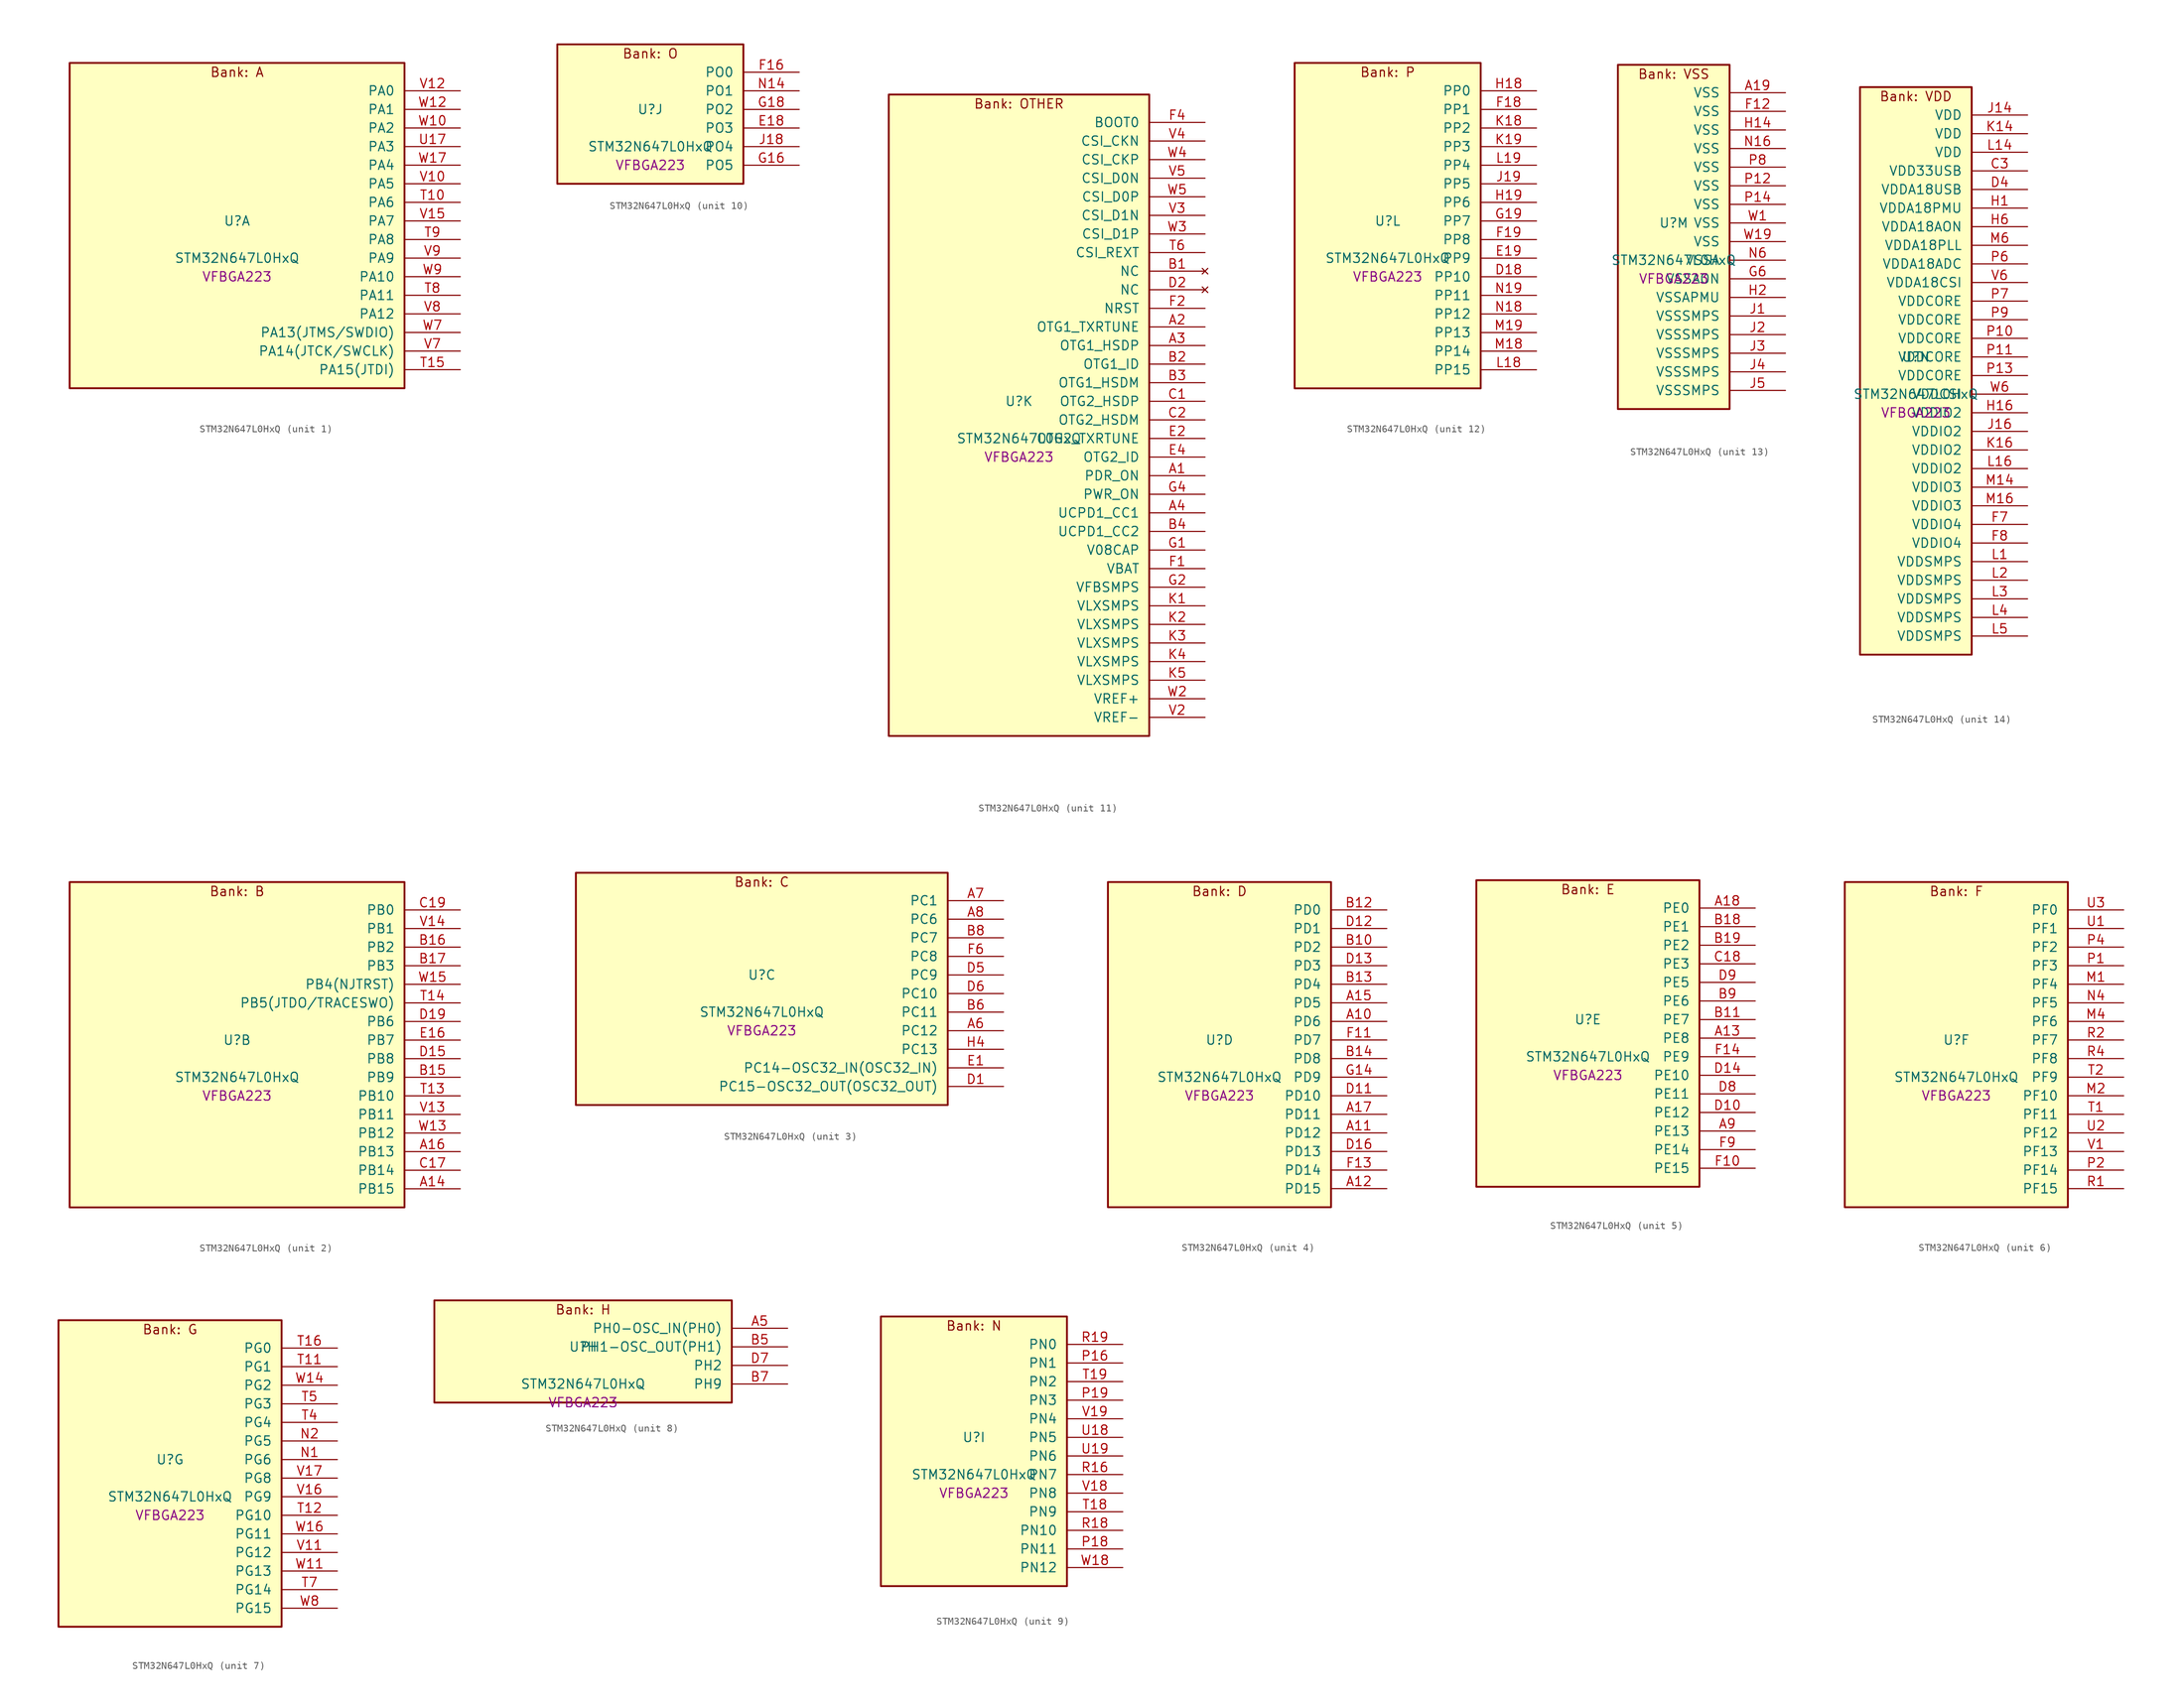
<source format=kicad_sym>
(kicad_symbol_lib
  (version 20241209)
  (generator "stm32_pkl_generator")
  (generator_version "1.0")
  (symbol "STM32N647L0HxQ"
    (pin_names
      (offset 1.27))
    (property "Reference" "U"
      (at 0 2.54 0))
    (property "Value" "STM32N647L0HxQ"
      (at 0 -2.54 0))
    (property "Footprint" "VFBGA223"
      (at 0 -5.08 0))
    (symbol "STM32N647L0HxQ_1_1"
      (rectangle (start -22.86 24.13) (end 22.86 -20.32) (stroke (width 0.254) (type solid)) (fill (type background)))
      (text "Bank: A" (at 0 22.86 0))
      (pin bidirectional line (at 30.48 20.32 180) (length 7.62) (name "PA0") (number "V12") (alternate "PA0/ADC1_INN1" bidirectional line) (alternate "PA0/ADC1_INP0" bidirectional line) (alternate "PA0/ADC2_INN1" bidirectional line) (alternate "PA0/ADC2_INP0" bidirectional line) (alternate "PA0/FMC_D7" bidirectional line) (alternate "PA0/FMC_DA7" bidirectional line) (alternate "PA0/HDP_HDP0" bidirectional line) (alternate "PA0/I2S6_WS" bidirectional line) (alternate "PA0/LTDC_G3" bidirectional line) (alternate "PA0/PWR_WKUP1" bidirectional line) (alternate "PA0/SAI2_SD_B" bidirectional line) (alternate "PA0/SDMMC2_CMD" bidirectional line) (alternate "PA0/SPI6_NSS" bidirectional line) (alternate "PA0/TIM15_BKIN" bidirectional line) (alternate "PA0/TIM2_CH1" bidirectional line) (alternate "PA0/TIM5_CH1" bidirectional line) (alternate "PA0/TIM9_CH1" bidirectional line) (alternate "PA0/UART4_TX" bidirectional line) (alternate "PA0/USART2_CTS" bidirectional line) (alternate "PA0/USART2_NSS" bidirectional line))
      (pin bidirectional line (at 30.48 17.78 180) (length 7.62) (name "PA1") (number "W12") (alternate "PA1/ADC1_INP1" bidirectional line) (alternate "PA1/ADC2_INP1" bidirectional line) (alternate "PA1/DCMIPP_D0" bidirectional line) (alternate "PA1/DCMI_D0" bidirectional line) (alternate "PA1/FMC_D6" bidirectional line) (alternate "PA1/FMC_DA6" bidirectional line) (alternate "PA1/HDP_HDP1" bidirectional line) (alternate "PA1/LPTIM3_IN1" bidirectional line) (alternate "PA1/LTDC_G2" bidirectional line) (alternate "PA1/PSSI_D0" bidirectional line) (alternate "PA1/SAI2_MCLK_B" bidirectional line) (alternate "PA1/TIM15_CH1N" bidirectional line) (alternate "PA1/TIM2_CH2" bidirectional line) (alternate "PA1/TIM5_CH2" bidirectional line) (alternate "PA1/UART4_RX" bidirectional line) (alternate "PA1/USART2_RTS" bidirectional line))
      (pin bidirectional line (at 30.48 15.24 180) (length 7.62) (name "PA2") (number "W10") (alternate "PA2/ADC1_INP14" bidirectional line) (alternate "PA2/ADC2_INP14" bidirectional line) (alternate "PA2/FMC_D5" bidirectional line) (alternate "PA2/FMC_DA5" bidirectional line) (alternate "PA2/HDP_HDP2" bidirectional line) (alternate "PA2/LPTIM3_IN2" bidirectional line) (alternate "PA2/LTDC_B7" bidirectional line) (alternate "PA2/MDIOS_MDIO" bidirectional line) (alternate "PA2/PWR_WKUP2" bidirectional line) (alternate "PA2/SAI2_SCK_B" bidirectional line) (alternate "PA2/TIM15_CH1" bidirectional line) (alternate "PA2/TIM2_CH3" bidirectional line) (alternate "PA2/TIM5_CH3" bidirectional line) (alternate "PA2/USART2_TX" bidirectional line))
      (pin bidirectional line (at 30.48 12.7 180) (length 7.62) (name "PA3") (number "U17") (alternate "PA3/FMC_A17" bidirectional line) (alternate "PA3/FMC_ALE" bidirectional line) (alternate "PA3/SAI1_SD_B" bidirectional line) (alternate "PA3/SPI5_NSS" bidirectional line) (alternate "PA3/TIM16_CH1" bidirectional line) (alternate "PA3/UART7_RX" bidirectional line))
      (pin bidirectional line (at 30.48 10.16 180) (length 7.62) (name "PA4") (number "W17") (alternate "PA4/DCMIPP_D3" bidirectional line) (alternate "PA4/DCMI_D3" bidirectional line) (alternate "PA4/FMC_A13" bidirectional line) (alternate "PA4/PSSI_D3" bidirectional line) (alternate "PA4/SPI5_MOSI" bidirectional line) (alternate "PA4/USART6_RX" bidirectional line))
      (pin bidirectional line (at 30.48 7.62 180) (length 7.62) (name "PA5") (number "V10") (alternate "PA5/ADC2_INP18" bidirectional line) (alternate "PA5/DCMIPP_D8" bidirectional line) (alternate "PA5/DCMI_D8" bidirectional line) (alternate "PA5/FMC_NOE" bidirectional line) (alternate "PA5/HDP_HDP5" bidirectional line) (alternate "PA5/I2S1_CK" bidirectional line) (alternate "PA5/I2S6_CK" bidirectional line) (alternate "PA5/I3C1_SCL" bidirectional line) (alternate "PA5/LTDC_CLK" bidirectional line) (alternate "PA5/PSSI_D8" bidirectional line) (alternate "PA5/PWR_CSTOP" bidirectional line) (alternate "PA5/SPI1_SCK" bidirectional line) (alternate "PA5/SPI6_SCK" bidirectional line) (alternate "PA5/TIM10_CH1" bidirectional line) (alternate "PA5/TIM2_CH1" bidirectional line) (alternate "PA5/TIM2_ETR" bidirectional line) (alternate "PA5/TIM9_CH2" bidirectional line))
      (pin bidirectional line (at 30.48 5.08 180) (length 7.62) (name "PA6") (number "T10") (alternate "PA6/ADC1_INP3" bidirectional line) (alternate "PA6/ADC2_INP3" bidirectional line) (alternate "PA6/BOOT1" bidirectional line) (alternate "PA6/DCMIPP_PIXCLK" bidirectional line) (alternate "PA6/DCMI_PIXCLK" bidirectional line) (alternate "PA6/HDP_HDP6" bidirectional line) (alternate "PA6/I2S1_SDI" bidirectional line) (alternate "PA6/I2S6_SDI" bidirectional line) (alternate "PA6/I3C1_SDA" bidirectional line) (alternate "PA6/LPTIM3_ETR" bidirectional line) (alternate "PA6/LTDC_B7" bidirectional line) (alternate "PA6/LTDC_HSYNC" bidirectional line) (alternate "PA6/MDIOS_MDC" bidirectional line) (alternate "PA6/PSSI_PDCK" bidirectional line) (alternate "PA6/SPI1_MISO" bidirectional line) (alternate "PA6/SPI6_MISO" bidirectional line) (alternate "PA6/TIM13_CH1" bidirectional line) (alternate "PA6/TIM1_BKIN" bidirectional line) (alternate "PA6/TIM3_CH1" bidirectional line))
      (pin bidirectional line (at 30.48 2.54 180) (length 7.62) (name "PA7") (number "V15") (alternate "PA7/HDP_HDP7" bidirectional line) (alternate "PA7/I2S1_SDO" bidirectional line) (alternate "PA7/I2S6_SDO" bidirectional line) (alternate "PA7/LTDC_B1" bidirectional line) (alternate "PA7/LTDC_R4" bidirectional line) (alternate "PA7/SPI1_MOSI" bidirectional line) (alternate "PA7/SPI6_MOSI" bidirectional line) (alternate "PA7/TIM14_CH1" bidirectional line) (alternate "PA7/TIM1_CH1N" bidirectional line) (alternate "PA7/TIM3_CH2" bidirectional line) (alternate "PA7/USART1_RX" bidirectional line))
      (pin bidirectional line (at 30.48 0 180) (length 7.62) (name "PA8") (number "T9") (alternate "PA8/ADC1_INP5" bidirectional line) (alternate "PA8/ADC2_INP5" bidirectional line) (alternate "PA8/FMC_D4" bidirectional line) (alternate "PA8/FMC_DA4" bidirectional line) (alternate "PA8/HDP_HDP0" bidirectional line) (alternate "PA8/I2C3_SCL" bidirectional line) (alternate "PA8/I3C2_SCL" bidirectional line) (alternate "PA8/LTDC_B6" bidirectional line) (alternate "PA8/RCC_MCO_1" bidirectional line) (alternate "PA8/TIM11_CH1" bidirectional line) (alternate "PA8/TIM1_CH1" bidirectional line) (alternate "PA8/UART7_RX" bidirectional line) (alternate "PA8/USART1_CK" bidirectional line))
      (pin bidirectional line (at 30.48 -2.54 180) (length 7.62) (name "PA9") (number "V9") (alternate "PA9/ADC1_INP10" bidirectional line) (alternate "PA9/ADC2_INP10" bidirectional line) (alternate "PA9/DCMIPP_D0" bidirectional line) (alternate "PA9/DCMI_D0" bidirectional line) (alternate "PA9/FMC_D3" bidirectional line) (alternate "PA9/FMC_DA3" bidirectional line) (alternate "PA9/HDP_HDP1" bidirectional line) (alternate "PA9/I2C3_SDA" bidirectional line) (alternate "PA9/I2S2_CK" bidirectional line) (alternate "PA9/I3C2_SDA" bidirectional line) (alternate "PA9/LPUART1_TX" bidirectional line) (alternate "PA9/LTDC_B5" bidirectional line) (alternate "PA9/PSSI_D0" bidirectional line) (alternate "PA9/SPI2_SCK" bidirectional line) (alternate "PA9/TIM1_CH2" bidirectional line) (alternate "PA9/USART1_TX" bidirectional line))
      (pin bidirectional line (at 30.48 -5.08 180) (length 7.62) (name "PA10") (number "W9") (alternate "PA10/ADC1_INN10" bidirectional line) (alternate "PA10/ADC1_INP11" bidirectional line) (alternate "PA10/ADC2_INN10" bidirectional line) (alternate "PA10/ADC2_INP11" bidirectional line) (alternate "PA10/DCMIPP_D1" bidirectional line) (alternate "PA10/DCMI_D1" bidirectional line) (alternate "PA10/FMC_D2" bidirectional line) (alternate "PA10/FMC_DA2" bidirectional line) (alternate "PA10/HDP_HDP2" bidirectional line) (alternate "PA10/LPUART1_RX" bidirectional line) (alternate "PA10/LTDC_B4" bidirectional line) (alternate "PA10/MDIOS_MDIO" bidirectional line) (alternate "PA10/PSSI_D1" bidirectional line) (alternate "PA10/PWR_CSLEEP" bidirectional line) (alternate "PA10/TIM1_CH3" bidirectional line) (alternate "PA10/USART1_RX" bidirectional line))
      (pin bidirectional line (at 30.48 -7.62 180) (length 7.62) (name "PA11") (number "T8") (alternate "PA11/ADC1_EXTI11" bidirectional line) (alternate "PA11/ADC1_INN11" bidirectional line) (alternate "PA11/ADC1_INP12" bidirectional line) (alternate "PA11/ADC2_EXTI11" bidirectional line) (alternate "PA11/ADC2_INN11" bidirectional line) (alternate "PA11/ADC2_INP12" bidirectional line) (alternate "PA11/FDCAN1_RX" bidirectional line) (alternate "PA11/FMC_D1" bidirectional line) (alternate "PA11/FMC_DA1" bidirectional line) (alternate "PA11/HDP_HDP3" bidirectional line) (alternate "PA11/I2S2_WS" bidirectional line) (alternate "PA11/LPUART1_CTS" bidirectional line) (alternate "PA11/LTDC_B3" bidirectional line) (alternate "PA11/SPI2_NSS" bidirectional line) (alternate "PA11/TIM1_CH4" bidirectional line) (alternate "PA11/UART4_RX" bidirectional line) (alternate "PA11/USART1_CTS" bidirectional line) (alternate "PA11/USART1_NSS" bidirectional line))
      (pin bidirectional line (at 30.48 -10.16 180) (length 7.62) (name "PA12") (number "V8") (alternate "PA12/ADC1_INN12" bidirectional line) (alternate "PA12/ADC1_INP13" bidirectional line) (alternate "PA12/ADC2_INN12" bidirectional line) (alternate "PA12/ADC2_INP13" bidirectional line) (alternate "PA12/FDCAN1_TX" bidirectional line) (alternate "PA12/FMC_D0" bidirectional line) (alternate "PA12/FMC_DA0" bidirectional line) (alternate "PA12/HDP_HDP4" bidirectional line) (alternate "PA12/I2S2_CK" bidirectional line) (alternate "PA12/LPUART1_RTS" bidirectional line) (alternate "PA12/LTDC_B2" bidirectional line) (alternate "PA12/SAI2_FS_B" bidirectional line) (alternate "PA12/SPI2_SCK" bidirectional line) (alternate "PA12/TIM1_ETR" bidirectional line) (alternate "PA12/UART4_TX" bidirectional line) (alternate "PA12/USART1_RTS" bidirectional line))
      (pin bidirectional line (at 30.48 -12.7 180) (length 7.62) (name "PA13(JTMS/SWDIO)") (number "W7") (alternate "PA13(JTMS/SWDIO)/DEBUG_JTMS-SWDIO" bidirectional line) (alternate "PA13(JTMS/SWDIO)/HDP_HDP5" bidirectional line))
      (pin bidirectional line (at 30.48 -15.24 180) (length 7.62) (name "PA14(JTCK/SWCLK)") (number "V7") (alternate "PA14(JTCK/SWCLK)/DEBUG_JTCK-SWCLK" bidirectional line) (alternate "PA14(JTCK/SWCLK)/HDP_HDP6" bidirectional line))
      (pin bidirectional line (at 30.48 -17.78 180) (length 7.62) (name "PA15(JTDI)") (number "T15") (alternate "PA15(JTDI)/ADC1_EXTI15" bidirectional line) (alternate "PA15(JTDI)/ADC2_EXTI15" bidirectional line) (alternate "PA15(JTDI)/DEBUG_JTDI" bidirectional line) (alternate "PA15(JTDI)/FMC_D15" bidirectional line) (alternate "PA15(JTDI)/FMC_DA15" bidirectional line) (alternate "PA15(JTDI)/HDP_HDP7" bidirectional line) (alternate "PA15(JTDI)/I2S1_WS" bidirectional line) (alternate "PA15(JTDI)/I2S3_WS" bidirectional line) (alternate "PA15(JTDI)/I2S6_WS" bidirectional line) (alternate "PA15(JTDI)/LTDC_R5" bidirectional line) (alternate "PA15(JTDI)/SPI1_NSS" bidirectional line) (alternate "PA15(JTDI)/SPI3_NSS" bidirectional line) (alternate "PA15(JTDI)/SPI6_NSS" bidirectional line) (alternate "PA15(JTDI)/TIM2_CH1" bidirectional line) (alternate "PA15(JTDI)/TIM2_ETR" bidirectional line) (alternate "PA15(JTDI)/UART4_DE" bidirectional line) (alternate "PA15(JTDI)/UART4_RTS" bidirectional line) (alternate "PA15(JTDI)/UART7_TX" bidirectional line)))
    (symbol "STM32N647L0HxQ_2_1"
      (rectangle (start -22.86 24.13) (end 22.86 -20.32) (stroke (width 0.254) (type solid)) (fill (type background)))
      (text "Bank: B" (at 0 22.86 0))
      (pin bidirectional line (at 30.48 20.32 180) (length 7.62) (name "PB0") (number "C19") (alternate "PB0/ADF1_SDI0" bidirectional line) (alternate "PB0/DCMIPP_D4" bidirectional line) (alternate "PB0/DCMI_D4" bidirectional line) (alternate "PB0/DEBUG_TRACED1" bidirectional line) (alternate "PB0/FMC_D13" bidirectional line) (alternate "PB0/FMC_DA13" bidirectional line) (alternate "PB0/MDF1_SDI2" bidirectional line) (alternate "PB0/PSSI_D4" bidirectional line) (alternate "PB0/SAI1_D2" bidirectional line) (alternate "PB0/SAI1_FS_A" bidirectional line) (alternate "PB0/SPI4_NSS" bidirectional line) (alternate "PB0/TIM15_CH1N" bidirectional line) (alternate "PB0/TIM1_CH4" bidirectional line))
      (pin bidirectional line (at 30.48 17.78 180) (length 7.62) (name "PB1") (number "V14") (alternate "PB1/FDCAN2_TX" bidirectional line) (alternate "PB1/FMC_NOE" bidirectional line) (alternate "PB1/HDP_HDP1" bidirectional line) (alternate "PB1/LTDC_R1" bidirectional line) (alternate "PB1/TIM1_CH3N" bidirectional line) (alternate "PB1/TIM3_CH4" bidirectional line) (alternate "PB1/TIM9_CH2" bidirectional line) (alternate "PB1/USART2_TX" bidirectional line))
      (pin bidirectional line (at 30.48 15.24 180) (length 7.62) (name "PB2") (number "B16") (alternate "PB2/ADF1_SDI0" bidirectional line) (alternate "PB2/FMC_D2" bidirectional line) (alternate "PB2/FMC_DA2" bidirectional line) (alternate "PB2/HDP_HDP2" bidirectional line) (alternate "PB2/I2S3_SDO" bidirectional line) (alternate "PB2/LTDC_B2" bidirectional line) (alternate "PB2/MDF1_SDI1" bidirectional line) (alternate "PB2/RTC_OUT2" bidirectional line) (alternate "PB2/SAI1_D1" bidirectional line) (alternate "PB2/SAI1_SD_A" bidirectional line) (alternate "PB2/SPI3_MOSI" bidirectional line) (alternate "PB2/TIM1_CH1" bidirectional line))
      (pin bidirectional line (at 30.48 12.7 180) (length 7.62) (name "PB3") (number "B17") (alternate "PB3/DEBUG_JTDO-SWO" bidirectional line) (alternate "PB3/DEBUG_TRACECLK" bidirectional line) (alternate "PB3/FMC_A23" bidirectional line) (alternate "PB3/FMC_NBL1" bidirectional line) (alternate "PB3/GFXTIM_FCKCAL" bidirectional line) (alternate "PB3/GFXTIM_LCKCAL" bidirectional line) (alternate "PB3/HDP_HDP0" bidirectional line) (alternate "PB3/MDF1_CKI1" bidirectional line) (alternate "PB3/SAI2_FS_B" bidirectional line) (alternate "PB3/TIM1_CH4N" bidirectional line) (alternate "PB3/USART1_CK" bidirectional line))
      (pin bidirectional line (at 30.48 10.16 180) (length 7.62) (name "PB4(NJTRST)") (number "W15") (alternate "PB4(NJTRST)/DCMIPP_VSYNC" bidirectional line) (alternate "PB4(NJTRST)/DCMI_VSYNC" bidirectional line) (alternate "PB4(NJTRST)/DEBUG_NJTRST" bidirectional line) (alternate "PB4(NJTRST)/FMC_D13" bidirectional line) (alternate "PB4(NJTRST)/FMC_DA13" bidirectional line) (alternate "PB4(NJTRST)/HDP_HDP4" bidirectional line) (alternate "PB4(NJTRST)/I2S1_SDI" bidirectional line) (alternate "PB4(NJTRST)/I2S2_WS" bidirectional line) (alternate "PB4(NJTRST)/I2S3_SDI" bidirectional line) (alternate "PB4(NJTRST)/I2S6_SDI" bidirectional line) (alternate "PB4(NJTRST)/LTDC_R3" bidirectional line) (alternate "PB4(NJTRST)/PSSI_RDY" bidirectional line) (alternate "PB4(NJTRST)/SDMMC2_D3" bidirectional line) (alternate "PB4(NJTRST)/SPI1_MISO" bidirectional line) (alternate "PB4(NJTRST)/SPI2_NSS" bidirectional line) (alternate "PB4(NJTRST)/SPI3_MISO" bidirectional line) (alternate "PB4(NJTRST)/SPI6_MISO" bidirectional line) (alternate "PB4(NJTRST)/TIM16_BKIN" bidirectional line) (alternate "PB4(NJTRST)/TIM3_CH1" bidirectional line) (alternate "PB4(NJTRST)/UART7_TX" bidirectional line))
      (pin bidirectional line (at 30.48 7.62 180) (length 7.62) (name "PB5(JTDO/TRACESWO)") (number "T14") (alternate "PB5(JTDO/TRACESWO)/DCMIPP_D10" bidirectional line) (alternate "PB5(JTDO/TRACESWO)/DCMI_D10" bidirectional line) (alternate "PB5(JTDO/TRACESWO)/DEBUG_JTDO-SWO" bidirectional line) (alternate "PB5(JTDO/TRACESWO)/FDCAN2_RX" bidirectional line) (alternate "PB5(JTDO/TRACESWO)/FMC_D12" bidirectional line) (alternate "PB5(JTDO/TRACESWO)/FMC_DA12" bidirectional line) (alternate "PB5(JTDO/TRACESWO)/HDP_HDP5" bidirectional line) (alternate "PB5(JTDO/TRACESWO)/I2C1_SMBA" bidirectional line) (alternate "PB5(JTDO/TRACESWO)/I2S1_SDO" bidirectional line) (alternate "PB5(JTDO/TRACESWO)/I2S3_SDO" bidirectional line) (alternate "PB5(JTDO/TRACESWO)/I2S6_SDO" bidirectional line) (alternate "PB5(JTDO/TRACESWO)/LTDC_R2" bidirectional line) (alternate "PB5(JTDO/TRACESWO)/PSSI_D10" bidirectional line) (alternate "PB5(JTDO/TRACESWO)/SPI1_MOSI" bidirectional line) (alternate "PB5(JTDO/TRACESWO)/SPI3_MOSI" bidirectional line) (alternate "PB5(JTDO/TRACESWO)/SPI6_MOSI" bidirectional line) (alternate "PB5(JTDO/TRACESWO)/TIM17_BKIN" bidirectional line) (alternate "PB5(JTDO/TRACESWO)/TIM3_CH2" bidirectional line) (alternate "PB5(JTDO/TRACESWO)/UART5_RX" bidirectional line))
      (pin bidirectional line (at 30.48 5.08 180) (length 7.62) (name "PB6") (number "D19") (alternate "PB6/ADF1_CCK1" bidirectional line) (alternate "PB6/DCMIPP_D6" bidirectional line) (alternate "PB6/DCMI_D6" bidirectional line) (alternate "PB6/DEBUG_TRACED2" bidirectional line) (alternate "PB6/FMC_D14" bidirectional line) (alternate "PB6/FMC_DA14" bidirectional line) (alternate "PB6/MDF1_CCK1" bidirectional line) (alternate "PB6/PSSI_D6" bidirectional line) (alternate "PB6/SAI1_CK2" bidirectional line) (alternate "PB6/SAI1_SCK_A" bidirectional line) (alternate "PB6/SPI4_MISO" bidirectional line) (alternate "PB6/TIM15_CH1" bidirectional line))
      (pin bidirectional line (at 30.48 2.54 180) (length 7.62) (name "PB7") (number "E16") (alternate "PB7/ADF1_SDI0" bidirectional line) (alternate "PB7/DCMIPP_D7" bidirectional line) (alternate "PB7/DCMI_D7" bidirectional line) (alternate "PB7/DEBUG_TRACED3" bidirectional line) (alternate "PB7/FMC_D15" bidirectional line) (alternate "PB7/FMC_DA15" bidirectional line) (alternate "PB7/MDF1_SDI1" bidirectional line) (alternate "PB7/PSSI_D7" bidirectional line) (alternate "PB7/SAI1_D1" bidirectional line) (alternate "PB7/SAI1_SD_A" bidirectional line) (alternate "PB7/SAI2_MCLK_B" bidirectional line) (alternate "PB7/SPI4_MOSI" bidirectional line) (alternate "PB7/TIM15_CH2" bidirectional line) (alternate "PB7/TIM1_BKIN2" bidirectional line))
      (pin bidirectional line (at 30.48 0 180) (length 7.62) (name "PB8") (number "D15") (alternate "PB8/DCMIPP_VSYNC" bidirectional line) (alternate "PB8/DCMI_VSYNC" bidirectional line) (alternate "PB8/FMC_D1" bidirectional line) (alternate "PB8/FMC_DA1" bidirectional line) (alternate "PB8/I2S1_SDI" bidirectional line) (alternate "PB8/PSSI_RDY" bidirectional line) (alternate "PB8/SAI2_FS_B" bidirectional line) (alternate "PB8/SDMMC2_D0" bidirectional line) (alternate "PB8/SPDIFRX1_IN3" bidirectional line) (alternate "PB8/SPI1_MISO" bidirectional line) (alternate "PB8/USART6_RX" bidirectional line))
      (pin bidirectional line (at 30.48 -2.54 180) (length 7.62) (name "PB9") (number "B15") (alternate "PB9/DCMIPP_D3" bidirectional line) (alternate "PB9/DCMI_D3" bidirectional line) (alternate "PB9/FMC_D3" bidirectional line) (alternate "PB9/FMC_DA3" bidirectional line) (alternate "PB9/I2S1_CK" bidirectional line) (alternate "PB9/LPTIM1_IN2" bidirectional line) (alternate "PB9/PSSI_D3" bidirectional line) (alternate "PB9/SDMMC2_D2" bidirectional line) (alternate "PB9/SPDIFRX1_IN0" bidirectional line) (alternate "PB9/SPI1_SCK" bidirectional line) (alternate "PB9/USART10_TX" bidirectional line))
      (pin bidirectional line (at 30.48 -5.08 180) (length 7.62) (name "PB10") (number "T13") (alternate "PB10/ADC1_INN4" bidirectional line) (alternate "PB10/ADC1_INP8" bidirectional line) (alternate "PB10/ADC2_INN4" bidirectional line) (alternate "PB10/ADC2_INP8" bidirectional line) (alternate "PB10/FMC_D11" bidirectional line) (alternate "PB10/FMC_DA11" bidirectional line) (alternate "PB10/HDP_HDP2" bidirectional line) (alternate "PB10/I2C2_SCL" bidirectional line) (alternate "PB10/I2S2_CK" bidirectional line) (alternate "PB10/I3C2_SCL" bidirectional line) (alternate "PB10/LPTIM2_IN1" bidirectional line) (alternate "PB10/LTDC_G7" bidirectional line) (alternate "PB10/SPI2_SCK" bidirectional line) (alternate "PB10/TIM2_CH3" bidirectional line) (alternate "PB10/USART3_TX" bidirectional line))
      (pin bidirectional line (at 30.48 -7.62 180) (length 7.62) (name "PB11") (number "V13") (alternate "PB11/ADC1_EXTI11" bidirectional line) (alternate "PB11/ADC1_INP4" bidirectional line) (alternate "PB11/ADC2_EXTI11" bidirectional line) (alternate "PB11/ADC2_INP4" bidirectional line) (alternate "PB11/FMC_D10" bidirectional line) (alternate "PB11/FMC_DA10" bidirectional line) (alternate "PB11/HDP_HDP3" bidirectional line) (alternate "PB11/I2C2_SDA" bidirectional line) (alternate "PB11/I3C2_SDA" bidirectional line) (alternate "PB11/LPTIM2_ETR" bidirectional line) (alternate "PB11/LTDC_G6" bidirectional line) (alternate "PB11/TIM2_CH4" bidirectional line) (alternate "PB11/USART3_RX" bidirectional line))
      (pin bidirectional line (at 30.48 -10.16 180) (length 7.62) (name "PB12") (number "W13") (alternate "PB12/FDCAN2_RX" bidirectional line) (alternate "PB12/FMC_D9" bidirectional line) (alternate "PB12/FMC_DA9" bidirectional line) (alternate "PB12/HDP_HDP4" bidirectional line) (alternate "PB12/I2C2_SMBA" bidirectional line) (alternate "PB12/I2S2_WS" bidirectional line) (alternate "PB12/LPTIM2_IN2" bidirectional line) (alternate "PB12/LTDC_G5" bidirectional line) (alternate "PB12/SPI2_NSS" bidirectional line) (alternate "PB12/TIM1_BKIN" bidirectional line) (alternate "PB12/UART5_RX" bidirectional line) (alternate "PB12/USART3_CK" bidirectional line))
      (pin bidirectional line (at 30.48 -12.7 180) (length 7.62) (name "PB13") (number "A16") (alternate "PB13/DEBUG_TRACED0" bidirectional line) (alternate "PB13/FMC_D5" bidirectional line) (alternate "PB13/FMC_DA5" bidirectional line) (alternate "PB13/I2S6_CK" bidirectional line) (alternate "PB13/LPTIM1_CH1" bidirectional line) (alternate "PB13/LTDC_CLK" bidirectional line) (alternate "PB13/SDMMC2_D6" bidirectional line) (alternate "PB13/SPI6_SCK" bidirectional line) (alternate "PB13/USART10_CTS" bidirectional line) (alternate "PB13/USART10_NSS" bidirectional line) (alternate "PB13/USART6_CTS" bidirectional line) (alternate "PB13/USART6_NSS" bidirectional line))
      (pin bidirectional line (at 30.48 -15.24 180) (length 7.62) (name "PB14") (number "C17") (alternate "PB14/DCMIPP_D10" bidirectional line) (alternate "PB14/DCMI_D10" bidirectional line) (alternate "PB14/FMC_D7" bidirectional line) (alternate "PB14/FMC_DA7" bidirectional line) (alternate "PB14/LPTIM1_CH2" bidirectional line) (alternate "PB14/LTDC_HSYNC" bidirectional line) (alternate "PB14/PSSI_D10" bidirectional line) (alternate "PB14/USART10_CK" bidirectional line) (alternate "PB14/USART6_CTS" bidirectional line) (alternate "PB14/USART6_NSS" bidirectional line))
      (pin bidirectional line (at 30.48 -17.78 180) (length 7.62) (name "PB15") (number "A14") (alternate "PB15/ADC1_EXTI15" bidirectional line) (alternate "PB15/ADC2_EXTI15" bidirectional line) (alternate "PB15/FMC_D0" bidirectional line) (alternate "PB15/FMC_DA0" bidirectional line) (alternate "PB15/I2S6_WS" bidirectional line) (alternate "PB15/LTDC_G4" bidirectional line) (alternate "PB15/SPDIFRX1_IN2" bidirectional line) (alternate "PB15/SPI6_NSS" bidirectional line) (alternate "PB15/USART6_RTS" bidirectional line)))
    (symbol "STM32N647L0HxQ_3_1"
      (rectangle (start -25.4 16.51) (end 25.4 -15.24) (stroke (width 0.254) (type solid)) (fill (type background)))
      (text "Bank: C" (at 0 15.24 0))
      (pin bidirectional line (at 33.02 12.7 180) (length 7.62) (name "PC1") (number "A7") (alternate "PC1/DCMIPP_D7" bidirectional line) (alternate "PC1/DCMI_D7" bidirectional line) (alternate "PC1/FDCAN1_TX" bidirectional line) (alternate "PC1/HDP_HDP1" bidirectional line) (alternate "PC1/I2C1_SDA" bidirectional line) (alternate "PC1/I2S2_WS" bidirectional line) (alternate "PC1/I3C1_SDA" bidirectional line) (alternate "PC1/PSSI_D7" bidirectional line) (alternate "PC1/SDMMC1_CDIR" bidirectional line) (alternate "PC1/SDMMC1_D5" bidirectional line) (alternate "PC1/SDMMC2_D5" bidirectional line) (alternate "PC1/SPI2_NSS" bidirectional line) (alternate "PC1/TIM17_CH1" bidirectional line) (alternate "PC1/TIM4_CH4" bidirectional line) (alternate "PC1/UART4_TX" bidirectional line))
      (pin bidirectional line (at 33.02 10.16 180) (length 7.62) (name "PC6") (number "A8") (alternate "PC6/DCMIPP_D1" bidirectional line) (alternate "PC6/DCMI_D1" bidirectional line) (alternate "PC6/HDP_HDP6" bidirectional line) (alternate "PC6/I2S2_MCK" bidirectional line) (alternate "PC6/PSSI_D1" bidirectional line) (alternate "PC6/SDMMC1_D0DIR" bidirectional line) (alternate "PC6/SDMMC1_D6" bidirectional line) (alternate "PC6/SDMMC2_D6" bidirectional line) (alternate "PC6/TIM1_CH1" bidirectional line) (alternate "PC6/TIM3_CH1" bidirectional line) (alternate "PC6/TIM9_CH1" bidirectional line) (alternate "PC6/USART6_TX" bidirectional line))
      (pin bidirectional line (at 33.02 7.62 180) (length 7.62) (name "PC7") (number "B8") (alternate "PC7/DCMIPP_D1" bidirectional line) (alternate "PC7/DCMI_D1" bidirectional line) (alternate "PC7/DEBUG_TRGIO" bidirectional line) (alternate "PC7/HDP_HDP7" bidirectional line) (alternate "PC7/I2S3_MCK" bidirectional line) (alternate "PC7/PSSI_D1" bidirectional line) (alternate "PC7/SDMMC1_D123DIR" bidirectional line) (alternate "PC7/SDMMC1_D7" bidirectional line) (alternate "PC7/SDMMC2_D7" bidirectional line) (alternate "PC7/TIM16_CH1N" bidirectional line) (alternate "PC7/TIM3_CH2" bidirectional line) (alternate "PC7/TIM9_CH2" bidirectional line) (alternate "PC7/USART6_RX" bidirectional line))
      (pin bidirectional line (at 33.02 5.08 180) (length 7.62) (name "PC8") (number "F6") (alternate "PC8/DCMIPP_D2" bidirectional line) (alternate "PC8/DCMI_D2" bidirectional line) (alternate "PC8/DEBUG_TRACED1" bidirectional line) (alternate "PC8/FMC_NE4" bidirectional line) (alternate "PC8/HDP_HDP0" bidirectional line) (alternate "PC8/I2C3_SMBA" bidirectional line) (alternate "PC8/LTDC_B0" bidirectional line) (alternate "PC8/PSSI_D2" bidirectional line) (alternate "PC8/SDMMC1_D0" bidirectional line) (alternate "PC8/TIM3_CH3" bidirectional line) (alternate "PC8/UART5_DE" bidirectional line) (alternate "PC8/UART5_RTS" bidirectional line) (alternate "PC8/UCPD1_FRSTX1" bidirectional line) (alternate "PC8/USART6_CK" bidirectional line))
      (pin bidirectional line (at 33.02 2.54 180) (length 7.62) (name "PC9") (number "D5") (alternate "PC9/AUDIOCLK" bidirectional line) (alternate "PC9/DCMIPP_D3" bidirectional line) (alternate "PC9/DCMI_D3" bidirectional line) (alternate "PC9/HDP_HDP1" bidirectional line) (alternate "PC9/I2C3_SDA" bidirectional line) (alternate "PC9/LTDC_B3" bidirectional line) (alternate "PC9/PSSI_D3" bidirectional line) (alternate "PC9/RCC_MCO_2" bidirectional line) (alternate "PC9/SDMMC1_D1" bidirectional line) (alternate "PC9/TIM3_CH4" bidirectional line) (alternate "PC9/UART5_CTS" bidirectional line) (alternate "PC9/UCPD1_FRSTX2" bidirectional line) (alternate "PC9/USART6_RX" bidirectional line))
      (pin bidirectional line (at 33.02 0 180) (length 7.62) (name "PC10") (number "D6") (alternate "PC10/DCMIPP_D14" bidirectional line) (alternate "PC10/FMC_CLK" bidirectional line) (alternate "PC10/HDP_HDP2" bidirectional line) (alternate "PC10/I2C4_SCL" bidirectional line) (alternate "PC10/I2S3_CK" bidirectional line) (alternate "PC10/I3C2_SCL" bidirectional line) (alternate "PC10/PSSI_D14" bidirectional line) (alternate "PC10/SDMMC1_D2" bidirectional line) (alternate "PC10/SPI3_SCK" bidirectional line) (alternate "PC10/TIM1_BKIN" bidirectional line) (alternate "PC10/UART4_TX" bidirectional line) (alternate "PC10/USART3_TX" bidirectional line))
      (pin bidirectional line (at 33.02 -2.54 180) (length 7.62) (name "PC11") (number "B6") (alternate "PC11/ADC1_EXTI11" bidirectional line) (alternate "PC11/ADC2_EXTI11" bidirectional line) (alternate "PC11/DCMIPP_D4" bidirectional line) (alternate "PC11/DCMI_D4" bidirectional line) (alternate "PC11/HDP_HDP3" bidirectional line) (alternate "PC11/I2C4_SDA" bidirectional line) (alternate "PC11/I2S3_SDI" bidirectional line) (alternate "PC11/I3C2_SDA" bidirectional line) (alternate "PC11/PSSI_D4" bidirectional line) (alternate "PC11/SDMMC1_D3" bidirectional line) (alternate "PC11/SPI3_MISO" bidirectional line) (alternate "PC11/UART4_RX" bidirectional line) (alternate "PC11/USART3_RX" bidirectional line))
      (pin bidirectional line (at 33.02 -5.08 180) (length 7.62) (name "PC12") (number "A6") (alternate "PC12/DCMIPP_D9" bidirectional line) (alternate "PC12/DCMI_D9" bidirectional line) (alternate "PC12/DEBUG_TRACED3" bidirectional line) (alternate "PC12/FMC_NL" bidirectional line) (alternate "PC12/HDP_HDP4" bidirectional line) (alternate "PC12/I2S3_SDO" bidirectional line) (alternate "PC12/I2S6_CK" bidirectional line) (alternate "PC12/PSSI_D9" bidirectional line) (alternate "PC12/SDMMC1_CK" bidirectional line) (alternate "PC12/SPI3_MOSI" bidirectional line) (alternate "PC12/SPI6_SCK" bidirectional line) (alternate "PC12/TIM15_CH1" bidirectional line) (alternate "PC12/TIM1_CH4" bidirectional line) (alternate "PC12/UART5_TX" bidirectional line) (alternate "PC12/USART3_CK" bidirectional line))
      (pin bidirectional line (at 33.02 -7.62 180) (length 7.62) (name "PC13") (number "H4") (alternate "PC13/HDP_HDP5" bidirectional line) (alternate "PC13/PWR_WKUP3" bidirectional line) (alternate "PC13/RTC_OUT1" bidirectional line) (alternate "PC13/RTC_TS" bidirectional line) (alternate "PC13/TAMP_IN1" bidirectional line) (alternate "PC13/TAMP_OUT2" bidirectional line))
      (pin bidirectional line (at 33.02 -10.16 180) (length 7.62) (name "PC14-OSC32_IN(OSC32_IN)") (number "E1") (alternate "PC14-OSC32_IN(OSC32_IN)/RCC_OSC32_IN" bidirectional line))
      (pin bidirectional line (at 33.02 -12.7 180) (length 7.62) (name "PC15-OSC32_OUT(OSC32_OUT)") (number "D1") (alternate "PC15-OSC32_OUT(OSC32_OUT)/ADC1_EXTI15" bidirectional line) (alternate "PC15-OSC32_OUT(OSC32_OUT)/ADC2_EXTI15" bidirectional line) (alternate "PC15-OSC32_OUT(OSC32_OUT)/RCC_OSC32_OUT" bidirectional line)))
    (symbol "STM32N647L0HxQ_4_1"
      (rectangle (start -15.24 24.13) (end 15.24 -20.32) (stroke (width 0.254) (type solid)) (fill (type background)))
      (text "Bank: D" (at 0 22.86 0))
      (pin bidirectional line (at 22.86 20.32 180) (length 7.62) (name "PD0") (number "B12") (alternate "PD0/DCMIPP_HSYNC" bidirectional line) (alternate "PD0/DCMI_HSYNC" bidirectional line) (alternate "PD0/FDCAN1_RX" bidirectional line) (alternate "PD0/FMC_A6" bidirectional line) (alternate "PD0/FMC_A22" bidirectional line) (alternate "PD0/PSSI_DE" bidirectional line) (alternate "PD0/TIM1_ETR" bidirectional line) (alternate "PD0/UART4_RX" bidirectional line) (alternate "PD0/UART9_CTS" bidirectional line))
      (pin bidirectional line (at 22.86 17.78 180) (length 7.62) (name "PD1") (number "D12") (alternate "PD1/ETH1_MDC" bidirectional line) (alternate "PD1/FDCAN1_TX" bidirectional line) (alternate "PD1/FMC_A7" bidirectional line) (alternate "PD1/FMC_A23" bidirectional line) (alternate "PD1/UART4_TX" bidirectional line))
      (pin bidirectional line (at 22.86 15.24 180) (length 7.62) (name "PD2") (number "B10") (alternate "PD2/ADF1_SDI0" bidirectional line) (alternate "PD2/DEBUG_TRACED0" bidirectional line) (alternate "PD2/FMC_A0" bidirectional line) (alternate "PD2/FMC_A16" bidirectional line) (alternate "PD2/FMC_CLE" bidirectional line) (alternate "PD2/HDP_HDP1" bidirectional line) (alternate "PD2/I2S2_SDO" bidirectional line) (alternate "PD2/MDF1_SDI1" bidirectional line) (alternate "PD2/MDIOS_MDC" bidirectional line) (alternate "PD2/PWR_WKUP4" bidirectional line) (alternate "PD2/SAI1_D1" bidirectional line) (alternate "PD2/SAI1_SD_A" bidirectional line) (alternate "PD2/SDMMC2_CK" bidirectional line) (alternate "PD2/SPI2_MOSI" bidirectional line) (alternate "PD2/TIM15_CH1N" bidirectional line) (alternate "PD2/TIM1_CH3" bidirectional line))
      (pin bidirectional line (at 22.86 12.7 180) (length 7.62) (name "PD3") (number "D13") (alternate "PD3/DCMIPP_D14" bidirectional line) (alternate "PD3/ETH1_PHY_INTN" bidirectional line) (alternate "PD3/FMC_A10" bidirectional line) (alternate "PD3/I2C2_SMBA" bidirectional line) (alternate "PD3/PSSI_D14" bidirectional line) (alternate "PD3/USART10_RX" bidirectional line) (alternate "PD3/USART6_CTS" bidirectional line))
      (pin bidirectional line (at 22.86 10.16 180) (length 7.62) (name "PD4") (number "B13") (alternate "PD4/DCMIPP_D9" bidirectional line) (alternate "PD4/DCMI_D9" bidirectional line) (alternate "PD4/FMC_A11" bidirectional line) (alternate "PD4/I2C2_SDA" bidirectional line) (alternate "PD4/PSSI_D9" bidirectional line) (alternate "PD4/SPI5_MISO" bidirectional line) (alternate "PD4/TAMP_IN7" bidirectional line) (alternate "PD4/TAMP_OUT8" bidirectional line) (alternate "PD4/TIM1_BKIN2" bidirectional line) (alternate "PD4/USART6_RTS" bidirectional line))
      (pin bidirectional line (at 22.86 7.62 180) (length 7.62) (name "PD5") (number "A15") (alternate "PD5/DCMIPP_PIXCLK" bidirectional line) (alternate "PD5/DCMI_PIXCLK" bidirectional line) (alternate "PD5/FMC_D6" bidirectional line) (alternate "PD5/FMC_DA6" bidirectional line) (alternate "PD5/PSSI_PDCK" bidirectional line) (alternate "PD5/SDMMC2_D7" bidirectional line) (alternate "PD5/TIM1_CH4N" bidirectional line) (alternate "PD5/USART2_TX" bidirectional line))
      (pin bidirectional line (at 22.86 5.08 180) (length 7.62) (name "PD6") (number "A10") (alternate "PD6/FMC_A1" bidirectional line) (alternate "PD6/FMC_A17" bidirectional line) (alternate "PD6/FMC_ALE" bidirectional line) (alternate "PD6/HDP_HDP2" bidirectional line) (alternate "PD6/I2S2_SDI" bidirectional line) (alternate "PD6/SPI2_MISO" bidirectional line) (alternate "PD6/TIM15_CH2" bidirectional line) (alternate "PD6/TIM1_CH1" bidirectional line))
      (pin bidirectional line (at 22.86 2.54 180) (length 7.62) (name "PD7") (number "F11") (alternate "PD7/DCMIPP_D0" bidirectional line) (alternate "PD7/DCMI_D0" bidirectional line) (alternate "PD7/FMC_A2" bidirectional line) (alternate "PD7/FMC_A18" bidirectional line) (alternate "PD7/HDP_HDP3" bidirectional line) (alternate "PD7/I2S2_SDO" bidirectional line) (alternate "PD7/I2S3_WS" bidirectional line) (alternate "PD7/PSSI_D0" bidirectional line) (alternate "PD7/SPI2_MOSI" bidirectional line) (alternate "PD7/SPI3_NSS" bidirectional line) (alternate "PD7/TIM15_CH1N" bidirectional line) (alternate "PD7/TIM1_CH2" bidirectional line))
      (pin bidirectional line (at 22.86 0 180) (length 7.62) (name "PD8") (number "B14") (alternate "PD8/DCMIPP_D11" bidirectional line) (alternate "PD8/DCMI_D11" bidirectional line) (alternate "PD8/FMC_NBL0" bidirectional line) (alternate "PD8/LTDC_R7" bidirectional line) (alternate "PD8/PSSI_D11" bidirectional line) (alternate "PD8/SPDIFRX1_IN1" bidirectional line) (alternate "PD8/TAMP_IN3" bidirectional line) (alternate "PD8/TAMP_OUT4" bidirectional line) (alternate "PD8/USART3_TX" bidirectional line))
      (pin bidirectional line (at 22.86 -2.54 180) (length 7.62) (name "PD9") (number "G14") (alternate "PD9/DCMIPP_D11" bidirectional line) (alternate "PD9/DCMI_D11" bidirectional line) (alternate "PD9/FMC_SDCLK" bidirectional line) (alternate "PD9/LTDC_R1" bidirectional line) (alternate "PD9/PSSI_D11" bidirectional line) (alternate "PD9/TAMP_IN5" bidirectional line) (alternate "PD9/TAMP_OUT6" bidirectional line) (alternate "PD9/USART3_RX" bidirectional line))
      (pin bidirectional line (at 22.86 -5.08 180) (length 7.62) (name "PD10") (number "D11") (alternate "PD10/DEBUG_TRACECLK" bidirectional line) (alternate "PD10/FMC_A3" bidirectional line) (alternate "PD10/FMC_A19" bidirectional line) (alternate "PD10/GFXTIM_TE" bidirectional line) (alternate "PD10/HDP_HDP4" bidirectional line) (alternate "PD10/I2S1_MCK" bidirectional line) (alternate "PD10/MDF1_CKI3" bidirectional line) (alternate "PD10/SAI2_FS_B" bidirectional line) (alternate "PD10/SPDIFRX1_IN2" bidirectional line) (alternate "PD10/TIM1_ETR" bidirectional line) (alternate "PD10/UCPD1_FRSTX1" bidirectional line))
      (pin bidirectional line (at 22.86 -7.62 180) (length 7.62) (name "PD11") (number "A17") (alternate "PD11/ADC1_EXTI11" bidirectional line) (alternate "PD11/ADC2_EXTI11" bidirectional line) (alternate "PD11/DCMIPP_D15" bidirectional line) (alternate "PD11/FMC_D8" bidirectional line) (alternate "PD11/FMC_DA8" bidirectional line) (alternate "PD11/I2C4_SDA" bidirectional line) (alternate "PD11/I2S2_SDI" bidirectional line) (alternate "PD11/PSSI_D15" bidirectional line) (alternate "PD11/SDMMC1_D0" bidirectional line) (alternate "PD11/SPI2_MISO" bidirectional line) (alternate "PD11/UCPD1_FRSTX1" bidirectional line))
      (pin bidirectional line (at 22.86 -10.16 180) (length 7.62) (name "PD12") (number "A11") (alternate "PD12/DCMIPP_D12" bidirectional line) (alternate "PD12/DCMI_D12" bidirectional line) (alternate "PD12/ETH1_MDIO" bidirectional line) (alternate "PD12/FMC_A5" bidirectional line) (alternate "PD12/FMC_A21" bidirectional line) (alternate "PD12/HDP_HDP5" bidirectional line) (alternate "PD12/MDF1_SDI3" bidirectional line) (alternate "PD12/PSSI_D12" bidirectional line) (alternate "PD12/SAI1_D3" bidirectional line) (alternate "PD12/SPDIFRX1_IN3" bidirectional line) (alternate "PD12/UCPD1_FRSTX2" bidirectional line))
      (pin bidirectional line (at 22.86 -12.7 180) (length 7.62) (name "PD13") (number "D16") (alternate "PD13/DCMIPP_D13" bidirectional line) (alternate "PD13/DCMI_D13" bidirectional line) (alternate "PD13/FMC_D4" bidirectional line) (alternate "PD13/FMC_DA4" bidirectional line) (alternate "PD13/LPTIM1_CH1" bidirectional line) (alternate "PD13/LTDC_R6" bidirectional line) (alternate "PD13/PSSI_D13" bidirectional line) (alternate "PD13/SAI2_SCK_A" bidirectional line) (alternate "PD13/TIM4_CH2" bidirectional line) (alternate "PD13/UART9_RTS" bidirectional line) (alternate "PD13/UCPD1_FRSTX2" bidirectional line))
      (pin bidirectional line (at 22.86 -15.24 180) (length 7.62) (name "PD14") (number "F13") (alternate "PD14/FMC_A9" bidirectional line) (alternate "PD14/I2C2_SCL" bidirectional line) (alternate "PD14/USART10_RX" bidirectional line))
      (pin bidirectional line (at 22.86 -17.78 180) (length 7.62) (name "PD15") (number "A12") (alternate "PD15/ADC1_EXTI15" bidirectional line) (alternate "PD15/ADC2_EXTI15" bidirectional line) (alternate "PD15/FMC_A8" bidirectional line) (alternate "PD15/I2C2_SDA" bidirectional line) (alternate "PD15/LTDC_R2" bidirectional line) (alternate "PD15/USART10_TX" bidirectional line)))
    (symbol "STM32N647L0HxQ_5_1"
      (rectangle (start -15.24 21.59) (end 15.24 -20.32) (stroke (width 0.254) (type solid)) (fill (type background)))
      (text "Bank: E" (at 0 20.32 0))
      (pin bidirectional line (at 22.86 17.78 180) (length 7.62) (name "PE0") (number "A18") (alternate "PE0/DCMIPP_D2" bidirectional line) (alternate "PE0/DCMI_D2" bidirectional line) (alternate "PE0/FMC_D9" bidirectional line) (alternate "PE0/FMC_DA9" bidirectional line) (alternate "PE0/LPTIM1_ETR" bidirectional line) (alternate "PE0/LPTIM2_ETR" bidirectional line) (alternate "PE0/PSSI_D2" bidirectional line) (alternate "PE0/SAI2_MCLK_A" bidirectional line) (alternate "PE0/TAMP_IN6" bidirectional line) (alternate "PE0/TAMP_OUT5" bidirectional line) (alternate "PE0/TIM4_ETR" bidirectional line) (alternate "PE0/UART8_RX" bidirectional line) (alternate "PE0/USART3_RX" bidirectional line))
      (pin bidirectional line (at 22.86 15.24 180) (length 7.62) (name "PE1") (number "B18") (alternate "PE1/DCMIPP_D8" bidirectional line) (alternate "PE1/DCMI_D8" bidirectional line) (alternate "PE1/FMC_D10" bidirectional line) (alternate "PE1/FMC_DA10" bidirectional line) (alternate "PE1/LPTIM1_IN2" bidirectional line) (alternate "PE1/LPTIM2_CH2" bidirectional line) (alternate "PE1/PSSI_D8" bidirectional line) (alternate "PE1/UART8_TX" bidirectional line) (alternate "PE1/USART3_TX" bidirectional line))
      (pin bidirectional line (at 22.86 12.7 180) (length 7.62) (name "PE2") (number "B19") (alternate "PE2/ADF1_CCK0" bidirectional line) (alternate "PE2/DEBUG_TRACECLK" bidirectional line) (alternate "PE2/FMC_D11" bidirectional line) (alternate "PE2/FMC_DA11" bidirectional line) (alternate "PE2/LPTIM5_IN1" bidirectional line) (alternate "PE2/MDF1_CCK0" bidirectional line) (alternate "PE2/SAI1_CK1" bidirectional line) (alternate "PE2/SAI1_MCLK_A" bidirectional line) (alternate "PE2/SPI4_SCK" bidirectional line) (alternate "PE2/TIM1_CH2N" bidirectional line) (alternate "PE2/UCPD1_FRSTX1" bidirectional line))
      (pin bidirectional line (at 22.86 10.16 180) (length 7.62) (name "PE3") (number "C18") (alternate "PE3/DEBUG_TRACED0" bidirectional line) (alternate "PE3/FMC_D12" bidirectional line) (alternate "PE3/FMC_DA12" bidirectional line) (alternate "PE3/LPTIM5_ETR" bidirectional line) (alternate "PE3/MDF1_CKI2" bidirectional line) (alternate "PE3/SAI1_SD_B" bidirectional line) (alternate "PE3/TIM15_BKIN" bidirectional line))
      (pin bidirectional line (at 22.86 7.62 180) (length 7.62) (name "PE5") (number "D9") (alternate "PE5/DCMIPP_D5" bidirectional line) (alternate "PE5/DCMI_D5" bidirectional line) (alternate "PE5/FDCAN2_TX" bidirectional line) (alternate "PE5/FMC_SDNE1" bidirectional line) (alternate "PE5/HDP_HDP6" bidirectional line) (alternate "PE5/I2C1_SCL" bidirectional line) (alternate "PE5/I3C1_SCL" bidirectional line) (alternate "PE5/LPUART1_TX" bidirectional line) (alternate "PE5/PSSI_D5" bidirectional line) (alternate "PE5/TIM16_CH1N" bidirectional line) (alternate "PE5/TIM4_CH1" bidirectional line) (alternate "PE5/UART5_TX" bidirectional line) (alternate "PE5/USART1_TX" bidirectional line))
      (pin bidirectional line (at 22.86 5.08 180) (length 7.62) (name "PE6") (number "B9") (alternate "PE6/DCMIPP_D1" bidirectional line) (alternate "PE6/DCMIPP_VSYNC" bidirectional line) (alternate "PE6/DCMI_D1" bidirectional line) (alternate "PE6/DCMI_VSYNC" bidirectional line) (alternate "PE6/FMC_SDCKE1" bidirectional line) (alternate "PE6/HDP_HDP7" bidirectional line) (alternate "PE6/I2C1_SDA" bidirectional line) (alternate "PE6/I3C1_SDA" bidirectional line) (alternate "PE6/LPUART1_RX" bidirectional line) (alternate "PE6/PSSI_D1" bidirectional line) (alternate "PE6/PSSI_RDY" bidirectional line) (alternate "PE6/TIM17_CH1N" bidirectional line) (alternate "PE6/TIM4_CH2" bidirectional line) (alternate "PE6/UART5_TX" bidirectional line) (alternate "PE6/USART1_RX" bidirectional line))
      (pin bidirectional line (at 22.86 2.54 180) (length 7.62) (name "PE7") (number "B11") (alternate "PE7/FMC_A4" bidirectional line) (alternate "PE7/FMC_A20" bidirectional line) (alternate "PE7/MDF1_CKI0" bidirectional line) (alternate "PE7/SAI2_SD_B" bidirectional line) (alternate "PE7/TIM1_ETR" bidirectional line) (alternate "PE7/UART7_RX" bidirectional line))
      (pin bidirectional line (at 22.86 0 180) (length 7.62) (name "PE8") (number "A13") (alternate "PE8/DCMIPP_D4" bidirectional line) (alternate "PE8/DCMI_D4" bidirectional line) (alternate "PE8/FMC_A12" bidirectional line) (alternate "PE8/MDF1_SDI0" bidirectional line) (alternate "PE8/PSSI_D4" bidirectional line) (alternate "PE8/TIM1_CH1N" bidirectional line) (alternate "PE8/UART7_TX" bidirectional line) (alternate "PE8/USART3_TX" bidirectional line))
      (pin bidirectional line (at 22.86 -2.54 180) (length 7.62) (name "PE9") (number "F14") (alternate "PE9/FMC_A14" bidirectional line) (alternate "PE9/FMC_BA0" bidirectional line) (alternate "PE9/MDF1_CKI4" bidirectional line) (alternate "PE9/TIM1_CH1" bidirectional line) (alternate "PE9/UART7_RTS" bidirectional line))
      (pin bidirectional line (at 22.86 -5.08 180) (length 7.62) (name "PE10") (number "D14") (alternate "PE10/DCMIPP_D3" bidirectional line) (alternate "PE10/DCMI_D3" bidirectional line) (alternate "PE10/DEBUG_TRACECLK" bidirectional line) (alternate "PE10/FMC_A15" bidirectional line) (alternate "PE10/FMC_BA1" bidirectional line) (alternate "PE10/MDF1_SDI4" bidirectional line) (alternate "PE10/PSSI_D3" bidirectional line) (alternate "PE10/TIM1_CH2N" bidirectional line) (alternate "PE10/UART7_CTS" bidirectional line) (alternate "PE10/USART3_RX" bidirectional line))
      (pin bidirectional line (at 22.86 -7.62 180) (length 7.62) (name "PE11") (number "D8") (alternate "PE11/ADC1_EXTI11" bidirectional line) (alternate "PE11/ADC2_EXTI11" bidirectional line) (alternate "PE11/FDCAN3_TX" bidirectional line) (alternate "PE11/FMC_SDNWE" bidirectional line) (alternate "PE11/LTDC_VSYNC" bidirectional line) (alternate "PE11/MDF1_CKI5" bidirectional line) (alternate "PE11/SAI2_SD_B" bidirectional line) (alternate "PE11/SPI4_NSS" bidirectional line) (alternate "PE11/TIM1_CH2" bidirectional line))
      (pin bidirectional line (at 22.86 -10.16 180) (length 7.62) (name "PE12") (number "D10") (alternate "PE12/FDCAN3_RX" bidirectional line) (alternate "PE12/FMC_SDNRAS" bidirectional line) (alternate "PE12/MDF1_SDI5" bidirectional line) (alternate "PE12/SAI2_SCK_B" bidirectional line) (alternate "PE12/SPI4_SCK" bidirectional line) (alternate "PE12/TIM1_CH3N" bidirectional line))
      (pin bidirectional line (at 22.86 -12.7 180) (length 7.62) (name "PE13") (number "A9") (alternate "PE13/ADF1_CCK0" bidirectional line) (alternate "PE13/FMC_SDNCAS" bidirectional line) (alternate "PE13/I2C4_SCL" bidirectional line) (alternate "PE13/SAI2_FS_B" bidirectional line) (alternate "PE13/SPI4_MISO" bidirectional line) (alternate "PE13/TIM1_CH3" bidirectional line))
      (pin bidirectional line (at 22.86 -15.24 180) (length 7.62) (name "PE14") (number "F9") (alternate "PE14/ADF1_CCK1" bidirectional line) (alternate "PE14/FMC_NWE" bidirectional line) (alternate "PE14/FMC_SDNE0" bidirectional line) (alternate "PE14/GFXTIM_FCKCAL" bidirectional line) (alternate "PE14/GFXTIM_LCKCAL" bidirectional line) (alternate "PE14/I2C4_SDA" bidirectional line) (alternate "PE14/SAI2_MCLK_B" bidirectional line) (alternate "PE14/SPI4_MOSI" bidirectional line) (alternate "PE14/TIM1_CH4" bidirectional line))
      (pin bidirectional line (at 22.86 -17.78 180) (length 7.62) (name "PE15") (number "F10") (alternate "PE15/ADC1_EXTI15" bidirectional line) (alternate "PE15/ADC2_EXTI15" bidirectional line) (alternate "PE15/FMC_SDCKE0" bidirectional line) (alternate "PE15/GFXTIM_FCKCAL" bidirectional line) (alternate "PE15/GFXTIM_LCKCAL" bidirectional line) (alternate "PE15/I2C4_SMBA" bidirectional line) (alternate "PE15/SDMMC1_D0" bidirectional line) (alternate "PE15/SPI5_SCK" bidirectional line) (alternate "PE15/TIM1_BKIN" bidirectional line) (alternate "PE15/USART10_CK" bidirectional line) (alternate "PE15/USART2_CK" bidirectional line)))
    (symbol "STM32N647L0HxQ_6_1"
      (rectangle (start -15.24 24.13) (end 15.24 -20.32) (stroke (width 0.254) (type solid)) (fill (type background)))
      (text "Bank: F" (at 0 22.86 0))
      (pin bidirectional line (at 22.86 20.32 180) (length 7.62) (name "PF0") (number "U3") (alternate "PF0/DCMIPP_D9" bidirectional line) (alternate "PF0/DCMI_D9" bidirectional line) (alternate "PF0/ETH1_MII_TX_CLK" bidirectional line) (alternate "PF0/ETH1_RGMII_GTX_CLK" bidirectional line) (alternate "PF0/LPTIM5_OUT" bidirectional line) (alternate "PF0/PSSI_D9" bidirectional line) (alternate "PF0/TIM4_CH4" bidirectional line) (alternate "PF0/UART8_RTS" bidirectional line) (alternate "PF0/UART9_TX" bidirectional line) (alternate "PF0/UCPD1_FRSTX2" bidirectional line))
      (pin bidirectional line (at 22.86 17.78 180) (length 7.62) (name "PF1") (number "U1") (alternate "PF1/DCMIPP_D7" bidirectional line) (alternate "PF1/DCMI_D7" bidirectional line) (alternate "PF1/ETH1_TX_ER" bidirectional line) (alternate "PF1/LPTIM1_CH2" bidirectional line) (alternate "PF1/LPTIM2_CH1" bidirectional line) (alternate "PF1/PSSI_D7" bidirectional line) (alternate "PF1/TIM4_CH3" bidirectional line) (alternate "PF1/UART8_CTS" bidirectional line) (alternate "PF1/UART9_RX" bidirectional line) (alternate "PF1/UCPD1_FRSTX1" bidirectional line))
      (pin bidirectional line (at 22.86 15.24 180) (length 7.62) (name "PF2") (number "P4") (alternate "PF2/ETH1_RGMII_CLK125" bidirectional line) (alternate "PF2/FDCAN3_TX" bidirectional line) (alternate "PF2/FMC_NWAIT" bidirectional line) (alternate "PF2/I2S2_CK" bidirectional line) (alternate "PF2/LTDC_B1" bidirectional line) (alternate "PF2/SPI2_SCK" bidirectional line) (alternate "PF2/TIM1_CH3N" bidirectional line) (alternate "PF2/USART2_CTS" bidirectional line) (alternate "PF2/USART2_NSS" bidirectional line))
      (pin bidirectional line (at 22.86 12.7 180) (length 7.62) (name "PF3") (number "P1") (alternate "PF3/ADC1_INP16" bidirectional line) (alternate "PF3/DCMIPP_HSYNC" bidirectional line) (alternate "PF3/DCMI_HSYNC" bidirectional line) (alternate "PF3/ETH1_PPS_OUT" bidirectional line) (alternate "PF3/FDCAN3_RX" bidirectional line) (alternate "PF3/FMC_NL" bidirectional line) (alternate "PF3/LTDC_R4" bidirectional line) (alternate "PF3/PSSI_DE" bidirectional line) (alternate "PF3/USART2_RTS" bidirectional line))
      (pin bidirectional line (at 22.86 10.16 180) (length 7.62) (name "PF4") (number "M1") (alternate "PF4/ADC1_INP18" bidirectional line) (alternate "PF4/DCMIPP_HSYNC" bidirectional line) (alternate "PF4/DCMI_HSYNC" bidirectional line) (alternate "PF4/ETH1_MDIO" bidirectional line) (alternate "PF4/HDP_HDP4" bidirectional line) (alternate "PF4/I2S1_WS" bidirectional line) (alternate "PF4/I2S3_WS" bidirectional line) (alternate "PF4/I2S6_WS" bidirectional line) (alternate "PF4/LPTIM3_CH2" bidirectional line) (alternate "PF4/LTDC_R3" bidirectional line) (alternate "PF4/PSSI_DE" bidirectional line) (alternate "PF4/SPI1_NSS" bidirectional line) (alternate "PF4/SPI3_NSS" bidirectional line) (alternate "PF4/SPI6_NSS" bidirectional line) (alternate "PF4/TIM5_ETR" bidirectional line) (alternate "PF4/USART2_CK" bidirectional line))
      (pin bidirectional line (at 22.86 7.62 180) (length 7.62) (name "PF5") (number "N4") (alternate "PF5/DCMIPP_D6" bidirectional line) (alternate "PF5/DCMI_D6" bidirectional line) (alternate "PF5/ETH1_CLK" bidirectional line) (alternate "PF5/FMC_NE3" bidirectional line) (alternate "PF5/LPTIM2_IN2" bidirectional line) (alternate "PF5/LTDC_G0" bidirectional line) (alternate "PF5/PSSI_D6" bidirectional line) (alternate "PF5/SAI2_SD_A" bidirectional line) (alternate "PF5/TIM1_ETR" bidirectional line) (alternate "PF5/USART3_CTS" bidirectional line) (alternate "PF5/USART3_NSS" bidirectional line))
      (pin bidirectional line (at 22.86 5.08 180) (length 7.62) (name "PF6") (number "M4") (alternate "PF6/ADC1_INP15" bidirectional line) (alternate "PF6/ADC2_INP15" bidirectional line) (alternate "PF6/ETH1_MII_COL" bidirectional line) (alternate "PF6/GFXTIM_FCKCAL" bidirectional line) (alternate "PF6/GFXTIM_LCKCAL" bidirectional line) (alternate "PF6/HDP_HDP3" bidirectional line) (alternate "PF6/I2S6_MCK" bidirectional line) (alternate "PF6/LPTIM3_CH1" bidirectional line) (alternate "PF6/LTDC_DE" bidirectional line) (alternate "PF6/SPI1_RDY" bidirectional line) (alternate "PF6/SPI4_RDY" bidirectional line) (alternate "PF6/SPI5_RDY" bidirectional line) (alternate "PF6/TIM15_CH2" bidirectional line) (alternate "PF6/TIM1_CH3" bidirectional line) (alternate "PF6/TIM2_CH4" bidirectional line) (alternate "PF6/TIM5_CH4" bidirectional line) (alternate "PF6/USART2_RX" bidirectional line))
      (pin bidirectional line (at 22.86 2.54 180) (length 7.62) (name "PF7") (number "R2") (alternate "PF7/ADC1_INN5" bidirectional line) (alternate "PF7/ADC1_INP9" bidirectional line) (alternate "PF7/ADC2_INN5" bidirectional line) (alternate "PF7/ADC2_INP9" bidirectional line) (alternate "PF7/ETH1_MII_RX_CLK" bidirectional line) (alternate "PF7/ETH1_RGMII_RX_CLK" bidirectional line) (alternate "PF7/ETH1_RMII_REF_CLK" bidirectional line) (alternate "PF7/GFXTIM_TE" bidirectional line) (alternate "PF7/HDP_HDP0" bidirectional line) (alternate "PF7/I2S1_CK" bidirectional line) (alternate "PF7/LTDC_VSYNC" bidirectional line) (alternate "PF7/SPI1_SCK" bidirectional line) (alternate "PF7/TIM1_CH2N" bidirectional line) (alternate "PF7/TIM3_CH3" bidirectional line) (alternate "PF7/TIM9_CH1" bidirectional line) (alternate "PF7/UART4_CTS" bidirectional line))
      (pin bidirectional line (at 22.86 0 180) (length 7.62) (name "PF8") (number "R4") (alternate "PF8/DEBUG_TRACECLK" bidirectional line) (alternate "PF8/ETH1_MII_RXD2" bidirectional line) (alternate "PF8/ETH1_RGMII_RXD2" bidirectional line) (alternate "PF8/FMC_NWE" bidirectional line) (alternate "PF8/LTDC_R6" bidirectional line) (alternate "PF8/UART9_TX" bidirectional line))
      (pin bidirectional line (at 22.86 -2.54 180) (length 7.62) (name "PF9") (number "T2") (alternate "PF9/DEBUG_TRACED0" bidirectional line) (alternate "PF9/ETH1_MII_RXD3" bidirectional line) (alternate "PF9/ETH1_RGMII_RXD3" bidirectional line) (alternate "PF9/LTDC_HSYNC" bidirectional line))
      (pin bidirectional line (at 22.86 -5.08 180) (length 7.62) (name "PF10") (number "M2") (alternate "PF10/DCMIPP_D11" bidirectional line) (alternate "PF10/DCMIPP_D15" bidirectional line) (alternate "PF10/DCMI_D11" bidirectional line) (alternate "PF10/ETH1_MII_RX_DV" bidirectional line) (alternate "PF10/ETH1_RGMII_RX_CTL" bidirectional line) (alternate "PF10/ETH1_RMII_CRS_DV" bidirectional line) (alternate "PF10/LTDC_R1" bidirectional line) (alternate "PF10/MDF1_SDI3" bidirectional line) (alternate "PF10/PSSI_D11" bidirectional line) (alternate "PF10/PSSI_D15" bidirectional line) (alternate "PF10/SAI1_D3" bidirectional line) (alternate "PF10/TIM16_BKIN" bidirectional line) (alternate "PF10/UART7_RX" bidirectional line) (alternate "PF10/UCPD1_FRSTX1" bidirectional line))
      (pin bidirectional line (at 22.86 -7.62 180) (length 7.62) (name "PF11") (number "T1") (alternate "PF11/ADC1_EXTI11" bidirectional line) (alternate "PF11/ADC1_INP2" bidirectional line) (alternate "PF11/ADC2_EXTI11" bidirectional line) (alternate "PF11/DCMIPP_D15" bidirectional line) (alternate "PF11/ETH1_MII_TX_EN" bidirectional line) (alternate "PF11/ETH1_RGMII_TX_CTL" bidirectional line) (alternate "PF11/ETH1_RMII_TX_EN" bidirectional line) (alternate "PF11/LTDC_B0" bidirectional line) (alternate "PF11/PSSI_D15" bidirectional line) (alternate "PF11/SAI2_SD_B" bidirectional line) (alternate "PF11/SPI5_MOSI" bidirectional line))
      (pin bidirectional line (at 22.86 -10.16 180) (length 7.62) (name "PF12") (number "U2") (alternate "PF12/ADC1_INN2" bidirectional line) (alternate "PF12/ADC1_INP6" bidirectional line) (alternate "PF12/DCMIPP_D13" bidirectional line) (alternate "PF12/DCMI_D13" bidirectional line) (alternate "PF12/ETH1_MII_TXD0" bidirectional line) (alternate "PF12/ETH1_RGMII_TXD0" bidirectional line) (alternate "PF12/ETH1_RMII_TXD0" bidirectional line) (alternate "PF12/PSSI_D13" bidirectional line) (alternate "PF12/SPI5_MISO" bidirectional line) (alternate "PF12/USART1_RX" bidirectional line))
      (pin bidirectional line (at 22.86 -12.7 180) (length 7.62) (name "PF13") (number "V1") (alternate "PF13/ADC2_INP2" bidirectional line) (alternate "PF13/DCMIPP_D10" bidirectional line) (alternate "PF13/DCMI_D10" bidirectional line) (alternate "PF13/ETH1_MII_TXD1" bidirectional line) (alternate "PF13/ETH1_RGMII_TXD1" bidirectional line) (alternate "PF13/ETH1_RMII_TXD1" bidirectional line) (alternate "PF13/PSSI_D10" bidirectional line) (alternate "PF13/SPI5_NSS" bidirectional line) (alternate "PF13/USART1_TX" bidirectional line))
      (pin bidirectional line (at 22.86 -15.24 180) (length 7.62) (name "PF14") (number "P2") (alternate "PF14/ADC2_INN2" bidirectional line) (alternate "PF14/ADC2_INP6" bidirectional line) (alternate "PF14/ETH1_MII_RXD0" bidirectional line) (alternate "PF14/ETH1_RGMII_RXD0" bidirectional line) (alternate "PF14/ETH1_RMII_RXD0" bidirectional line) (alternate "PF14/LTDC_G0" bidirectional line) (alternate "PF14/SPI5_MOSI" bidirectional line) (alternate "PF14/TIM2_CH2" bidirectional line) (alternate "PF14/USART1_CTS" bidirectional line))
      (pin bidirectional line (at 22.86 -17.78 180) (length 7.62) (name "PF15") (number "R1") (alternate "PF15/ADC1_EXTI15" bidirectional line) (alternate "PF15/ADC2_EXTI15" bidirectional line) (alternate "PF15/ETH1_MII_RXD1" bidirectional line) (alternate "PF15/ETH1_RGMII_RXD1" bidirectional line) (alternate "PF15/ETH1_RMII_RXD1" bidirectional line) (alternate "PF15/LTDC_G1" bidirectional line) (alternate "PF15/SPI5_SCK" bidirectional line) (alternate "PF15/USART1_RTS" bidirectional line)))
    (symbol "STM32N647L0HxQ_7_1"
      (rectangle (start -15.24 21.59) (end 15.24 -20.32) (stroke (width 0.254) (type solid)) (fill (type background)))
      (text "Bank: G" (at 0 20.32 0))
      (pin bidirectional line (at 22.86 17.78 180) (length 7.62) (name "PG0") (number "T16") (alternate "PG0/ETH1_PHY_INTN" bidirectional line) (alternate "PG0/LTDC_R0" bidirectional line) (alternate "PG0/LTDC_VSYNC" bidirectional line) (alternate "PG0/TIM12_CH1" bidirectional line) (alternate "PG0/TIM1_CH4N" bidirectional line) (alternate "PG0/UART9_RX" bidirectional line))
      (pin bidirectional line (at 22.86 15.24 180) (length 7.62) (name "PG1") (number "T11") (alternate "PG1/DCMIPP_PIXCLK" bidirectional line) (alternate "PG1/DCMI_PIXCLK" bidirectional line) (alternate "PG1/FMC_A19" bidirectional line) (alternate "PG1/LTDC_G1" bidirectional line) (alternate "PG1/PSSI_PDCK" bidirectional line) (alternate "PG1/SAI1_SCK_B" bidirectional line) (alternate "PG1/SPI5_MISO" bidirectional line) (alternate "PG1/TIM13_CH1" bidirectional line) (alternate "PG1/TIM16_CH1N" bidirectional line) (alternate "PG1/UART7_RTS" bidirectional line))
      (pin bidirectional line (at 22.86 12.7 180) (length 7.62) (name "PG2") (number "W14") (alternate "PG2/DCMIPP_D6" bidirectional line) (alternate "PG2/DCMI_D6" bidirectional line) (alternate "PG2/FMC_A21" bidirectional line) (alternate "PG2/LTDC_R0" bidirectional line) (alternate "PG2/PSSI_D6" bidirectional line) (alternate "PG2/SAI1_FS_B" bidirectional line) (alternate "PG2/SAI2_MCLK_B" bidirectional line) (alternate "PG2/SPI5_MOSI" bidirectional line) (alternate "PG2/TIM14_CH1" bidirectional line) (alternate "PG2/TIM17_CH1N" bidirectional line) (alternate "PG2/UART7_CTS" bidirectional line) (alternate "PG2/USART3_RTS" bidirectional line))
      (pin bidirectional line (at 22.86 10.16 180) (length 7.62) (name "PG3") (number "T5") (alternate "PG3/DCMIPP_HSYNC" bidirectional line) (alternate "PG3/DCMI_HSYNC" bidirectional line) (alternate "PG3/DEBUG_TRACED1" bidirectional line) (alternate "PG3/ETH1_MII_TXD2" bidirectional line) (alternate "PG3/ETH1_RGMII_TXD2" bidirectional line) (alternate "PG3/PSSI_DE" bidirectional line) (alternate "PG3/USART2_TX" bidirectional line))
      (pin bidirectional line (at 22.86 7.62 180) (length 7.62) (name "PG4") (number "T4") (alternate "PG4/ETH1_MII_TXD3" bidirectional line) (alternate "PG4/ETH1_RGMII_TXD3" bidirectional line) (alternate "PG4/LTDC_B0" bidirectional line) (alternate "PG4/TIM1_BKIN2" bidirectional line))
      (pin bidirectional line (at 22.86 5.08 180) (length 7.62) (name "PG5") (number "N2") (alternate "PG5/ETH1_MII_RX_ER" bidirectional line) (alternate "PG5/LTDC_B1" bidirectional line) (alternate "PG5/TIM1_ETR" bidirectional line) (alternate "PG5/USART2_CTS" bidirectional line) (alternate "PG5/USART2_NSS" bidirectional line))
      (pin bidirectional line (at 22.86 2.54 180) (length 7.62) (name "PG6") (number "N1") (alternate "PG6/DCMIPP_D12" bidirectional line) (alternate "PG6/DCMI_D12" bidirectional line) (alternate "PG6/ETH1_MII_CRS" bidirectional line) (alternate "PG6/LTDC_B3" bidirectional line) (alternate "PG6/PSSI_D12" bidirectional line) (alternate "PG6/TIM17_BKIN" bidirectional line) (alternate "PG6/USART6_CK" bidirectional line))
      (pin bidirectional line (at 22.86 0 180) (length 7.62) (name "PG8") (number "V17") (alternate "PG8/FMC_A20" bidirectional line) (alternate "PG8/HDP_HDP7" bidirectional line) (alternate "PG8/I2S2_SDO" bidirectional line) (alternate "PG8/LTDC_G7" bidirectional line) (alternate "PG8/PWR_PVD_IN" bidirectional line) (alternate "PG8/RTC_REFIN" bidirectional line) (alternate "PG8/SAI1_SCK_B" bidirectional line) (alternate "PG8/SDMMC2_D1" bidirectional line) (alternate "PG8/SPI2_MOSI" bidirectional line) (alternate "PG8/TIM12_CH2" bidirectional line) (alternate "PG8/TIM1_CH3N" bidirectional line) (alternate "PG8/UART4_CTS" bidirectional line) (alternate "PG8/USART1_RX" bidirectional line))
      (pin bidirectional line (at 22.86 -2.54 180) (length 7.62) (name "PG9") (number "V16") (alternate "PG9/FMC_D8" bidirectional line) (alternate "PG9/FMC_DA8" bidirectional line) (alternate "PG9/LTDC_R7" bidirectional line))
      (pin bidirectional line (at 22.86 -5.08 180) (length 7.62) (name "PG10") (number "T12") (alternate "PG10/DCMIPP_D2" bidirectional line) (alternate "PG10/DCMI_D2" bidirectional line) (alternate "PG10/FDCAN2_TX" bidirectional line) (alternate "PG10/FMC_A16" bidirectional line) (alternate "PG10/FMC_CLE" bidirectional line) (alternate "PG10/HDP_HDP5" bidirectional line) (alternate "PG10/I2S2_CK" bidirectional line) (alternate "PG10/LPTIM2_CH1" bidirectional line) (alternate "PG10/LTDC_G4" bidirectional line) (alternate "PG10/PSSI_D2" bidirectional line) (alternate "PG10/SPI2_SCK" bidirectional line) (alternate "PG10/TIM1_CH1N" bidirectional line) (alternate "PG10/UART5_TX" bidirectional line) (alternate "PG10/USART3_CTS" bidirectional line) (alternate "PG10/USART3_NSS" bidirectional line))
      (pin bidirectional line (at 22.86 -7.62 180) (length 7.62) (name "PG11") (number "W16") (alternate "PG11/ADC1_EXTI11" bidirectional line) (alternate "PG11/ADC2_EXTI11" bidirectional line) (alternate "PG11/ETH1_MDC" bidirectional line) (alternate "PG11/LTDC_R6" bidirectional line) (alternate "PG11/UART7_RX" bidirectional line))
      (pin bidirectional line (at 22.86 -10.16 180) (length 7.62) (name "PG12") (number "V11") (alternate "PG12/FMC_A18" bidirectional line) (alternate "PG12/LTDC_G0" bidirectional line) (alternate "PG12/SAI1_MCLK_B" bidirectional line) (alternate "PG12/SPI5_SCK" bidirectional line) (alternate "PG12/TIM17_CH1" bidirectional line) (alternate "PG12/UART7_TX" bidirectional line))
      (pin bidirectional line (at 22.86 -12.7 180) (length 7.62) (name "PG13") (number "W11") (alternate "PG13/DCMIPP_D12" bidirectional line) (alternate "PG13/DCMI_D12" bidirectional line) (alternate "PG13/FMC_NE1" bidirectional line) (alternate "PG13/LPTIM1_IN1" bidirectional line) (alternate "PG13/LPTIM2_IN1" bidirectional line) (alternate "PG13/LTDC_DE" bidirectional line) (alternate "PG13/PSSI_D12" bidirectional line) (alternate "PG13/SAI2_FS_A" bidirectional line) (alternate "PG13/TIM4_CH1" bidirectional line) (alternate "PG13/USART3_RTS" bidirectional line))
      (pin bidirectional line (at 22.86 -15.24 180) (length 7.62) (name "PG14") (number "T7") (alternate "PG14/DCMIPP_D11" bidirectional line) (alternate "PG14/DCMI_D11" bidirectional line) (alternate "PG14/DEBUG_TRACED1" bidirectional line) (alternate "PG14/FMC_NCE" bidirectional line) (alternate "PG14/FMC_NE2" bidirectional line) (alternate "PG14/I2S6_SDO" bidirectional line) (alternate "PG14/LPTIM1_ETR" bidirectional line) (alternate "PG14/LTDC_B1" bidirectional line) (alternate "PG14/PSSI_D11" bidirectional line) (alternate "PG14/SPI6_MOSI" bidirectional line) (alternate "PG14/USART10_RTS" bidirectional line) (alternate "PG14/USART2_RTS" bidirectional line) (alternate "PG14/USART6_TX" bidirectional line))
      (pin bidirectional line (at 22.86 -17.78 180) (length 7.62) (name "PG15") (number "W8") (alternate "PG15/ADC1_EXTI15" bidirectional line) (alternate "PG15/ADC1_INN3" bidirectional line) (alternate "PG15/ADC1_INP7" bidirectional line) (alternate "PG15/ADC2_EXTI15" bidirectional line) (alternate "PG15/ADC2_INN3" bidirectional line) (alternate "PG15/ADC2_INP7" bidirectional line) (alternate "PG15/DCMIPP_D4" bidirectional line) (alternate "PG15/DCMI_D4" bidirectional line) (alternate "PG15/ETH1_MII_RX_CLK" bidirectional line) (alternate "PG15/ETH1_RMII_REF_CLK" bidirectional line) (alternate "PG15/FMC_CLK" bidirectional line) (alternate "PG15/LTDC_B0" bidirectional line) (alternate "PG15/PSSI_D4" bidirectional line) (alternate "PG15/SPI1_RDY" bidirectional line) (alternate "PG15/SPI4_RDY" bidirectional line) (alternate "PG15/SPI5_RDY" bidirectional line) (alternate "PG15/TIM1_CH4" bidirectional line) (alternate "PG15/USART3_CK" bidirectional line)))
    (symbol "STM32N647L0HxQ_8_1"
      (rectangle (start -20.32 8.89) (end 20.32 -5.08) (stroke (width 0.254) (type solid)) (fill (type background)))
      (text "Bank: H" (at 0 7.62 0))
      (pin bidirectional line (at 27.94 5.08 180) (length 7.62) (name "PH0-OSC_IN(PH0)") (number "A5") (alternate "PH0-OSC_IN(PH0)/RCC_OSC_IN" bidirectional line))
      (pin bidirectional line (at 27.94 2.54 180) (length 7.62) (name "PH1-OSC_OUT(PH1)") (number "B5") (alternate "PH1-OSC_OUT(PH1)/RCC_OSC_OUT" bidirectional line))
      (pin bidirectional line (at 27.94 0 180) (length 7.62) (name "PH2") (number "D7") (alternate "PH2/DCMIPP_D11" bidirectional line) (alternate "PH2/DCMI_D11" bidirectional line) (alternate "PH2/DEBUG_TRACED2" bidirectional line) (alternate "PH2/FDCAN1_TX" bidirectional line) (alternate "PH2/FMC_NE3" bidirectional line) (alternate "PH2/PSSI_D11" bidirectional line) (alternate "PH2/SDMMC1_CMD" bidirectional line) (alternate "PH2/TIM15_BKIN" bidirectional line) (alternate "PH2/TIM1_ETR" bidirectional line) (alternate "PH2/TIM3_ETR" bidirectional line) (alternate "PH2/UART5_RX" bidirectional line))
      (pin bidirectional line (at 27.94 -2.54 180) (length 7.62) (name "PH9") (number "B7") (alternate "PH9/DCMIPP_D6" bidirectional line) (alternate "PH9/DCMI_D6" bidirectional line) (alternate "PH9/FDCAN1_RX" bidirectional line) (alternate "PH9/FMC_D9" bidirectional line) (alternate "PH9/FMC_DA9" bidirectional line) (alternate "PH9/HDP_HDP0" bidirectional line) (alternate "PH9/I2C1_SCL" bidirectional line) (alternate "PH9/I3C1_SCL" bidirectional line) (alternate "PH9/PSSI_D6" bidirectional line) (alternate "PH9/SDMMC1_CKIN" bidirectional line) (alternate "PH9/SDMMC1_D4" bidirectional line) (alternate "PH9/SDMMC2_D4" bidirectional line) (alternate "PH9/TIM16_CH1" bidirectional line) (alternate "PH9/TIM4_CH3" bidirectional line) (alternate "PH9/UART4_RX" bidirectional line) (alternate "PH9/USART3_CK" bidirectional line)))
    (symbol "STM32N647L0HxQ_9_1"
      (rectangle (start -12.7 19.05) (end 12.7 -17.78) (stroke (width 0.254) (type solid)) (fill (type background)))
      (text "Bank: N" (at 0 17.78 0))
      (pin bidirectional line (at 20.32 15.24 180) (length 7.62) (name "PN0") (number "R19") (alternate "PN0/FMC_A25" bidirectional line) (alternate "PN0/XSPIM_P2_DQS0" bidirectional line))
      (pin bidirectional line (at 20.32 12.7 180) (length 7.62) (name "PN1") (number "P16") (alternate "PN1/FMC_A24" bidirectional line) (alternate "PN1/XSPIM_P2_NCS1" bidirectional line))
      (pin bidirectional line (at 20.32 10.16 180) (length 7.62) (name "PN2") (number "T19") (alternate "PN2/FMC_A23" bidirectional line) (alternate "PN2/XSPIM_P2_IO0" bidirectional line))
      (pin bidirectional line (at 20.32 7.62 180) (length 7.62) (name "PN3") (number "P19") (alternate "PN3/FMC_A22" bidirectional line) (alternate "PN3/XSPIM_P2_IO1" bidirectional line))
      (pin bidirectional line (at 20.32 5.08 180) (length 7.62) (name "PN4") (number "V19") (alternate "PN4/XSPIM_P2_IO2" bidirectional line))
      (pin bidirectional line (at 20.32 2.54 180) (length 7.62) (name "PN5") (number "U18") (alternate "PN5/XSPIM_P2_IO3" bidirectional line))
      (pin bidirectional line (at 20.32 0 180) (length 7.62) (name "PN6") (number "U19") (alternate "PN6/XSPIM_P2_CLK" bidirectional line))
      (pin bidirectional line (at 20.32 -2.54 180) (length 7.62) (name "PN7") (number "R16") (alternate "PN7/XSPIM_P2_NCLK" bidirectional line))
      (pin bidirectional line (at 20.32 -5.08 180) (length 7.62) (name "PN8") (number "V18") (alternate "PN8/XSPIM_P2_IO4" bidirectional line))
      (pin bidirectional line (at 20.32 -7.62 180) (length 7.62) (name "PN9") (number "T18") (alternate "PN9/DCMIPP_D5" bidirectional line) (alternate "PN9/DCMI_D5" bidirectional line) (alternate "PN9/PSSI_D5" bidirectional line) (alternate "PN9/XSPIM_P2_IO5" bidirectional line))
      (pin bidirectional line (at 20.32 -10.16 180) (length 7.62) (name "PN10") (number "R18") (alternate "PN10/LTDC_B4" bidirectional line) (alternate "PN10/XSPIM_P2_IO6" bidirectional line))
      (pin bidirectional line (at 20.32 -12.7 180) (length 7.62) (name "PN11") (number "P18") (alternate "PN11/ADC1_EXTI11" bidirectional line) (alternate "PN11/ADC2_EXTI11" bidirectional line) (alternate "PN11/LTDC_B6" bidirectional line) (alternate "PN11/XSPIM_P2_IO7" bidirectional line))
      (pin bidirectional line (at 20.32 -15.24 180) (length 7.62) (name "PN12") (number "W18") (alternate "PN12/XSPIM_P2_NCS2" bidirectional line)))
    (symbol "STM32N647L0HxQ_10_1"
      (rectangle (start -12.7 11.43) (end 12.7 -7.62) (stroke (width 0.254) (type solid)) (fill (type background)))
      (text "Bank: O" (at 0 10.16 0))
      (pin bidirectional line (at 20.32 7.62 180) (length 7.62) (name "PO0") (number "F16") (alternate "PO0/FMC_A22" bidirectional line) (alternate "PO0/XSPIM_P1_NCS1" bidirectional line))
      (pin bidirectional line (at 20.32 5.08 180) (length 7.62) (name "PO1") (number "N14") (alternate "PO1/FMC_A23" bidirectional line) (alternate "PO1/XSPIM_P1_NCS2" bidirectional line))
      (pin bidirectional line (at 20.32 2.54 180) (length 7.62) (name "PO2") (number "G18") (alternate "PO2/FMC_A24" bidirectional line) (alternate "PO2/LTDC_B7" bidirectional line) (alternate "PO2/XSPIM_P1_DQS0" bidirectional line))
      (pin bidirectional line (at 20.32 0 180) (length 7.62) (name "PO3") (number "E18") (alternate "PO3/FMC_A25" bidirectional line) (alternate "PO3/LTDC_G3" bidirectional line) (alternate "PO3/XSPIM_P1_DQS1" bidirectional line))
      (pin bidirectional line (at 20.32 -2.54 180) (length 7.62) (name "PO4") (number "J18") (alternate "PO4/FMC_A24" bidirectional line) (alternate "PO4/FMC_NBL2" bidirectional line) (alternate "PO4/LTDC_B4" bidirectional line) (alternate "PO4/XSPIM_P1_CLK" bidirectional line))
      (pin bidirectional line (at 20.32 -5.08 180) (length 7.62) (name "PO5") (number "G16") (alternate "PO5/FMC_A25" bidirectional line) (alternate "PO5/FMC_NBL3" bidirectional line) (alternate "PO5/XSPIM_P1_NCLK" bidirectional line)))
    (symbol "STM32N647L0HxQ_11_1"
      (rectangle (start -17.78 44.45) (end 17.78 -43.18) (stroke (width 0.254) (type solid)) (fill (type background)))
      (text "Bank: OTHER" (at 0 43.18 0))
      (pin input line (at 25.4 40.64 180) (length 7.62) (name "BOOT0") (number "F4"))
      (pin bidirectional line (at 25.4 38.1 180) (length 7.62) (name "CSI_CKN") (number "V4") (alternate "CSI_CKN/CSI_CKN" bidirectional line))
      (pin bidirectional line (at 25.4 35.56 180) (length 7.62) (name "CSI_CKP") (number "W4") (alternate "CSI_CKP/CSI_CKP" bidirectional line))
      (pin bidirectional line (at 25.4 33.02 180) (length 7.62) (name "CSI_D0N") (number "V5") (alternate "CSI_D0N/CSI_D0N" bidirectional line))
      (pin bidirectional line (at 25.4 30.48 180) (length 7.62) (name "CSI_D0P") (number "W5") (alternate "CSI_D0P/CSI_D0P" bidirectional line))
      (pin bidirectional line (at 25.4 27.94 180) (length 7.62) (name "CSI_D1N") (number "V3") (alternate "CSI_D1N/CSI_D1N" bidirectional line))
      (pin bidirectional line (at 25.4 25.4 180) (length 7.62) (name "CSI_D1P") (number "W3") (alternate "CSI_D1P/CSI_D1P" bidirectional line))
      (pin bidirectional line (at 25.4 22.86 180) (length 7.62) (name "CSI_REXT") (number "T6") (alternate "CSI_REXT/CSI_REXT" bidirectional line))
      (pin no_connect line (at 25.4 20.32 180) (length 7.62) (name "NC") (number "B1"))
      (pin no_connect line (at 25.4 17.78 180) (length 7.62) (name "NC") (number "D2"))
      (pin input line (at 25.4 15.24 180) (length 7.62) (name "NRST") (number "F2"))
      (pin bidirectional line (at 25.4 12.7 180) (length 7.62) (name "OTG1_TXRTUNE") (number "A2"))
      (pin bidirectional line (at 25.4 10.16 180) (length 7.62) (name "OTG1_HSDP") (number "A3") (alternate "OTG1_HSDP/USB1_OTG_HS_DP" bidirectional line))
      (pin bidirectional line (at 25.4 7.62 180) (length 7.62) (name "OTG1_ID") (number "B2") (alternate "OTG1_ID/USB1_OTG_HS_ID" bidirectional line))
      (pin bidirectional line (at 25.4 5.08 180) (length 7.62) (name "OTG1_HSDM") (number "B3") (alternate "OTG1_HSDM/USB1_OTG_HS_DM" bidirectional line))
      (pin bidirectional line (at 25.4 2.54 180) (length 7.62) (name "OTG2_HSDP") (number "C1") (alternate "OTG2_HSDP/USB2_OTG_HS_DP" bidirectional line))
      (pin bidirectional line (at 25.4 0 180) (length 7.62) (name "OTG2_HSDM") (number "C2") (alternate "OTG2_HSDM/USB2_OTG_HS_DM" bidirectional line))
      (pin bidirectional line (at 25.4 -2.54 180) (length 7.62) (name "OTG2_TXRTUNE") (number "E2"))
      (pin bidirectional line (at 25.4 -5.08 180) (length 7.62) (name "OTG2_ID") (number "E4") (alternate "OTG2_ID/USB2_OTG_HS_ID" bidirectional line))
      (pin bidirectional line (at 25.4 -7.62 180) (length 7.62) (name "PDR_ON") (number "A1"))
      (pin bidirectional line (at 25.4 -10.16 180) (length 7.62) (name "PWR_ON") (number "G4"))
      (pin bidirectional line (at 25.4 -12.7 180) (length 7.62) (name "UCPD1_CC1") (number "A4") (alternate "UCPD1_CC1/UCPD1_CC1" bidirectional line))
      (pin bidirectional line (at 25.4 -15.24 180) (length 7.62) (name "UCPD1_CC2") (number "B4") (alternate "UCPD1_CC2/UCPD1_CC2" bidirectional line))
      (pin power_in line (at 25.4 -17.78 180) (length 7.62) (name "V08CAP") (number "G1"))
      (pin power_in line (at 25.4 -20.32 180) (length 7.62) (name "VBAT") (number "F1"))
      (pin power_in line (at 25.4 -22.86 180) (length 7.62) (name "VFBSMPS") (number "G2"))
      (pin power_in line (at 25.4 -25.4 180) (length 7.62) (name "VLXSMPS") (number "K1"))
      (pin power_in line (at 25.4 -27.94 180) (length 7.62) (name "VLXSMPS") (number "K2"))
      (pin power_in line (at 25.4 -30.48 180) (length 7.62) (name "VLXSMPS") (number "K3"))
      (pin power_in line (at 25.4 -33.02 180) (length 7.62) (name "VLXSMPS") (number "K4"))
      (pin power_in line (at 25.4 -35.56 180) (length 7.62) (name "VLXSMPS") (number "K5"))
      (pin bidirectional line (at 25.4 -38.1 180) (length 7.62) (name "VREF+") (number "W2"))
      (pin power_in line (at 25.4 -40.64 180) (length 7.62) (name "VREF-") (number "V2")))
    (symbol "STM32N647L0HxQ_12_1"
      (rectangle (start -12.7 24.13) (end 12.7 -20.32) (stroke (width 0.254) (type solid)) (fill (type background)))
      (text "Bank: P" (at 0 22.86 0))
      (pin bidirectional line (at 20.32 20.32 180) (length 7.62) (name "PP0") (number "H18") (alternate "PP0/FMC_D16" bidirectional line) (alternate "PP0/XSPIM_P1_IO0" bidirectional line))
      (pin bidirectional line (at 20.32 17.78 180) (length 7.62) (name "PP1") (number "F18") (alternate "PP1/FMC_D17" bidirectional line) (alternate "PP1/XSPIM_P1_IO1" bidirectional line))
      (pin bidirectional line (at 20.32 15.24 180) (length 7.62) (name "PP2") (number "K18") (alternate "PP2/FMC_D18" bidirectional line) (alternate "PP2/XSPIM_P1_IO2" bidirectional line))
      (pin bidirectional line (at 20.32 12.7 180) (length 7.62) (name "PP3") (number "K19") (alternate "PP3/FMC_D19" bidirectional line) (alternate "PP3/XSPIM_P1_IO3" bidirectional line))
      (pin bidirectional line (at 20.32 10.16 180) (length 7.62) (name "PP4") (number "L19") (alternate "PP4/FMC_D20" bidirectional line) (alternate "PP4/XSPIM_P1_IO4" bidirectional line))
      (pin bidirectional line (at 20.32 7.62 180) (length 7.62) (name "PP5") (number "J19") (alternate "PP5/FMC_D21" bidirectional line) (alternate "PP5/XSPIM_P1_IO5" bidirectional line))
      (pin bidirectional line (at 20.32 5.08 180) (length 7.62) (name "PP6") (number "H19") (alternate "PP6/FMC_D22" bidirectional line) (alternate "PP6/XSPIM_P1_IO6" bidirectional line))
      (pin bidirectional line (at 20.32 2.54 180) (length 7.62) (name "PP7") (number "G19") (alternate "PP7/FMC_D23" bidirectional line) (alternate "PP7/XSPIM_P1_IO7" bidirectional line))
      (pin bidirectional line (at 20.32 0 180) (length 7.62) (name "PP8") (number "F19") (alternate "PP8/FMC_D24" bidirectional line) (alternate "PP8/SPI2_MISO" bidirectional line) (alternate "PP8/XSPIM_P1_IO8" bidirectional line))
      (pin bidirectional line (at 20.32 -2.54 180) (length 7.62) (name "PP9") (number "E19") (alternate "PP9/FMC_D25" bidirectional line) (alternate "PP9/SPI2_MOSI" bidirectional line) (alternate "PP9/XSPIM_P1_IO9" bidirectional line))
      (pin bidirectional line (at 20.32 -5.08 180) (length 7.62) (name "PP10") (number "D18") (alternate "PP10/ETH1_MDC" bidirectional line) (alternate "PP10/FMC_D26" bidirectional line) (alternate "PP10/XSPIM_P1_IO10" bidirectional line))
      (pin bidirectional line (at 20.32 -7.62 180) (length 7.62) (name "PP11") (number "N19") (alternate "PP11/ADC1_EXTI11" bidirectional line) (alternate "PP11/ADC2_EXTI11" bidirectional line) (alternate "PP11/FMC_D27" bidirectional line) (alternate "PP11/XSPIM_P1_IO11" bidirectional line))
      (pin bidirectional line (at 20.32 -10.16 180) (length 7.62) (name "PP12") (number "N18") (alternate "PP12/FMC_D28" bidirectional line) (alternate "PP12/XSPIM_P1_IO12" bidirectional line))
      (pin bidirectional line (at 20.32 -12.7 180) (length 7.62) (name "PP13") (number "M19") (alternate "PP13/FMC_D29" bidirectional line) (alternate "PP13/XSPIM_P1_IO13" bidirectional line))
      (pin bidirectional line (at 20.32 -15.24 180) (length 7.62) (name "PP14") (number "M18") (alternate "PP14/FMC_D30" bidirectional line) (alternate "PP14/XSPIM_P1_IO14" bidirectional line))
      (pin bidirectional line (at 20.32 -17.78 180) (length 7.62) (name "PP15") (number "L18") (alternate "PP15/ADC1_EXTI15" bidirectional line) (alternate "PP15/ADC2_EXTI15" bidirectional line) (alternate "PP15/FMC_D31" bidirectional line) (alternate "PP15/LTDC_B5" bidirectional line) (alternate "PP15/XSPIM_P1_IO15" bidirectional line)))
    (symbol "STM32N647L0HxQ_13_1"
      (rectangle (start -7.62 24.13) (end 7.62 -22.86) (stroke (width 0.254) (type solid)) (fill (type background)))
      (text "Bank: VSS" (at 0 22.86 0))
      (pin power_in line (at 15.24 20.32 180) (length 7.62) (name "VSS") (number "A19"))
      (pin power_in line (at 15.24 17.78 180) (length 7.62) (name "VSS") (number "F12"))
      (pin power_in line (at 15.24 15.24 180) (length 7.62) (name "VSS") (number "H14"))
      (pin power_in line (at 15.24 12.7 180) (length 7.62) (name "VSS") (number "N16"))
      (pin power_in line (at 15.24 10.16 180) (length 7.62) (name "VSS") (number "P8"))
      (pin power_in line (at 15.24 7.62 180) (length 7.62) (name "VSS") (number "P12"))
      (pin power_in line (at 15.24 5.08 180) (length 7.62) (name "VSS") (number "P14"))
      (pin power_in line (at 15.24 2.54 180) (length 7.62) (name "VSS") (number "W1"))
      (pin power_in line (at 15.24 0 180) (length 7.62) (name "VSS") (number "W19"))
      (pin power_in line (at 15.24 -2.54 180) (length 7.62) (name "VSSA") (number "N6"))
      (pin power_in line (at 15.24 -5.08 180) (length 7.62) (name "VSSAON") (number "G6"))
      (pin power_in line (at 15.24 -7.62 180) (length 7.62) (name "VSSAPMU") (number "H2"))
      (pin power_in line (at 15.24 -10.16 180) (length 7.62) (name "VSSSMPS") (number "J1"))
      (pin power_in line (at 15.24 -12.7 180) (length 7.62) (name "VSSSMPS") (number "J2"))
      (pin power_in line (at 15.24 -15.24 180) (length 7.62) (name "VSSSMPS") (number "J3"))
      (pin power_in line (at 15.24 -17.78 180) (length 7.62) (name "VSSSMPS") (number "J4"))
      (pin power_in line (at 15.24 -20.32 180) (length 7.62) (name "VSSSMPS") (number "J5")))
    (symbol "STM32N647L0HxQ_14_1"
      (rectangle (start -7.62 39.37) (end 7.62 -38.1) (stroke (width 0.254) (type solid)) (fill (type background)))
      (text "Bank: VDD" (at 0 38.1 0))
      (pin power_in line (at 15.24 35.56 180) (length 7.62) (name "VDD") (number "J14"))
      (pin power_in line (at 15.24 33.02 180) (length 7.62) (name "VDD") (number "K14"))
      (pin power_in line (at 15.24 30.48 180) (length 7.62) (name "VDD") (number "L14"))
      (pin power_in line (at 15.24 27.94 180) (length 7.62) (name "VDD33USB") (number "C3"))
      (pin power_in line (at 15.24 25.4 180) (length 7.62) (name "VDDA18USB") (number "D4"))
      (pin power_in line (at 15.24 22.86 180) (length 7.62) (name "VDDA18PMU") (number "H1"))
      (pin power_in line (at 15.24 20.32 180) (length 7.62) (name "VDDA18AON") (number "H6"))
      (pin power_in line (at 15.24 17.78 180) (length 7.62) (name "VDDA18PLL") (number "M6"))
      (pin power_in line (at 15.24 15.24 180) (length 7.62) (name "VDDA18ADC") (number "P6"))
      (pin power_in line (at 15.24 12.7 180) (length 7.62) (name "VDDA18CSI") (number "V6"))
      (pin power_in line (at 15.24 10.16 180) (length 7.62) (name "VDDCORE") (number "P7"))
      (pin power_in line (at 15.24 7.62 180) (length 7.62) (name "VDDCORE") (number "P9"))
      (pin power_in line (at 15.24 5.08 180) (length 7.62) (name "VDDCORE") (number "P10"))
      (pin power_in line (at 15.24 2.54 180) (length 7.62) (name "VDDCORE") (number "P11"))
      (pin power_in line (at 15.24 0 180) (length 7.62) (name "VDDCORE") (number "P13"))
      (pin power_in line (at 15.24 -2.54 180) (length 7.62) (name "VDDCSI") (number "W6"))
      (pin power_in line (at 15.24 -5.08 180) (length 7.62) (name "VDDIO2") (number "H16"))
      (pin power_in line (at 15.24 -7.62 180) (length 7.62) (name "VDDIO2") (number "J16"))
      (pin power_in line (at 15.24 -10.16 180) (length 7.62) (name "VDDIO2") (number "K16"))
      (pin power_in line (at 15.24 -12.7 180) (length 7.62) (name "VDDIO2") (number "L16"))
      (pin power_in line (at 15.24 -15.24 180) (length 7.62) (name "VDDIO3") (number "M14"))
      (pin power_in line (at 15.24 -17.78 180) (length 7.62) (name "VDDIO3") (number "M16"))
      (pin power_in line (at 15.24 -20.32 180) (length 7.62) (name "VDDIO4") (number "F7"))
      (pin power_in line (at 15.24 -22.86 180) (length 7.62) (name "VDDIO4") (number "F8"))
      (pin power_in line (at 15.24 -25.4 180) (length 7.62) (name "VDDSMPS") (number "L1"))
      (pin power_in line (at 15.24 -27.94 180) (length 7.62) (name "VDDSMPS") (number "L2"))
      (pin power_in line (at 15.24 -30.48 180) (length 7.62) (name "VDDSMPS") (number "L3"))
      (pin power_in line (at 15.24 -33.02 180) (length 7.62) (name "VDDSMPS") (number "L4"))
      (pin power_in line (at 15.24 -35.56 180) (length 7.62) (name "VDDSMPS") (number "L5")))))
</source>
